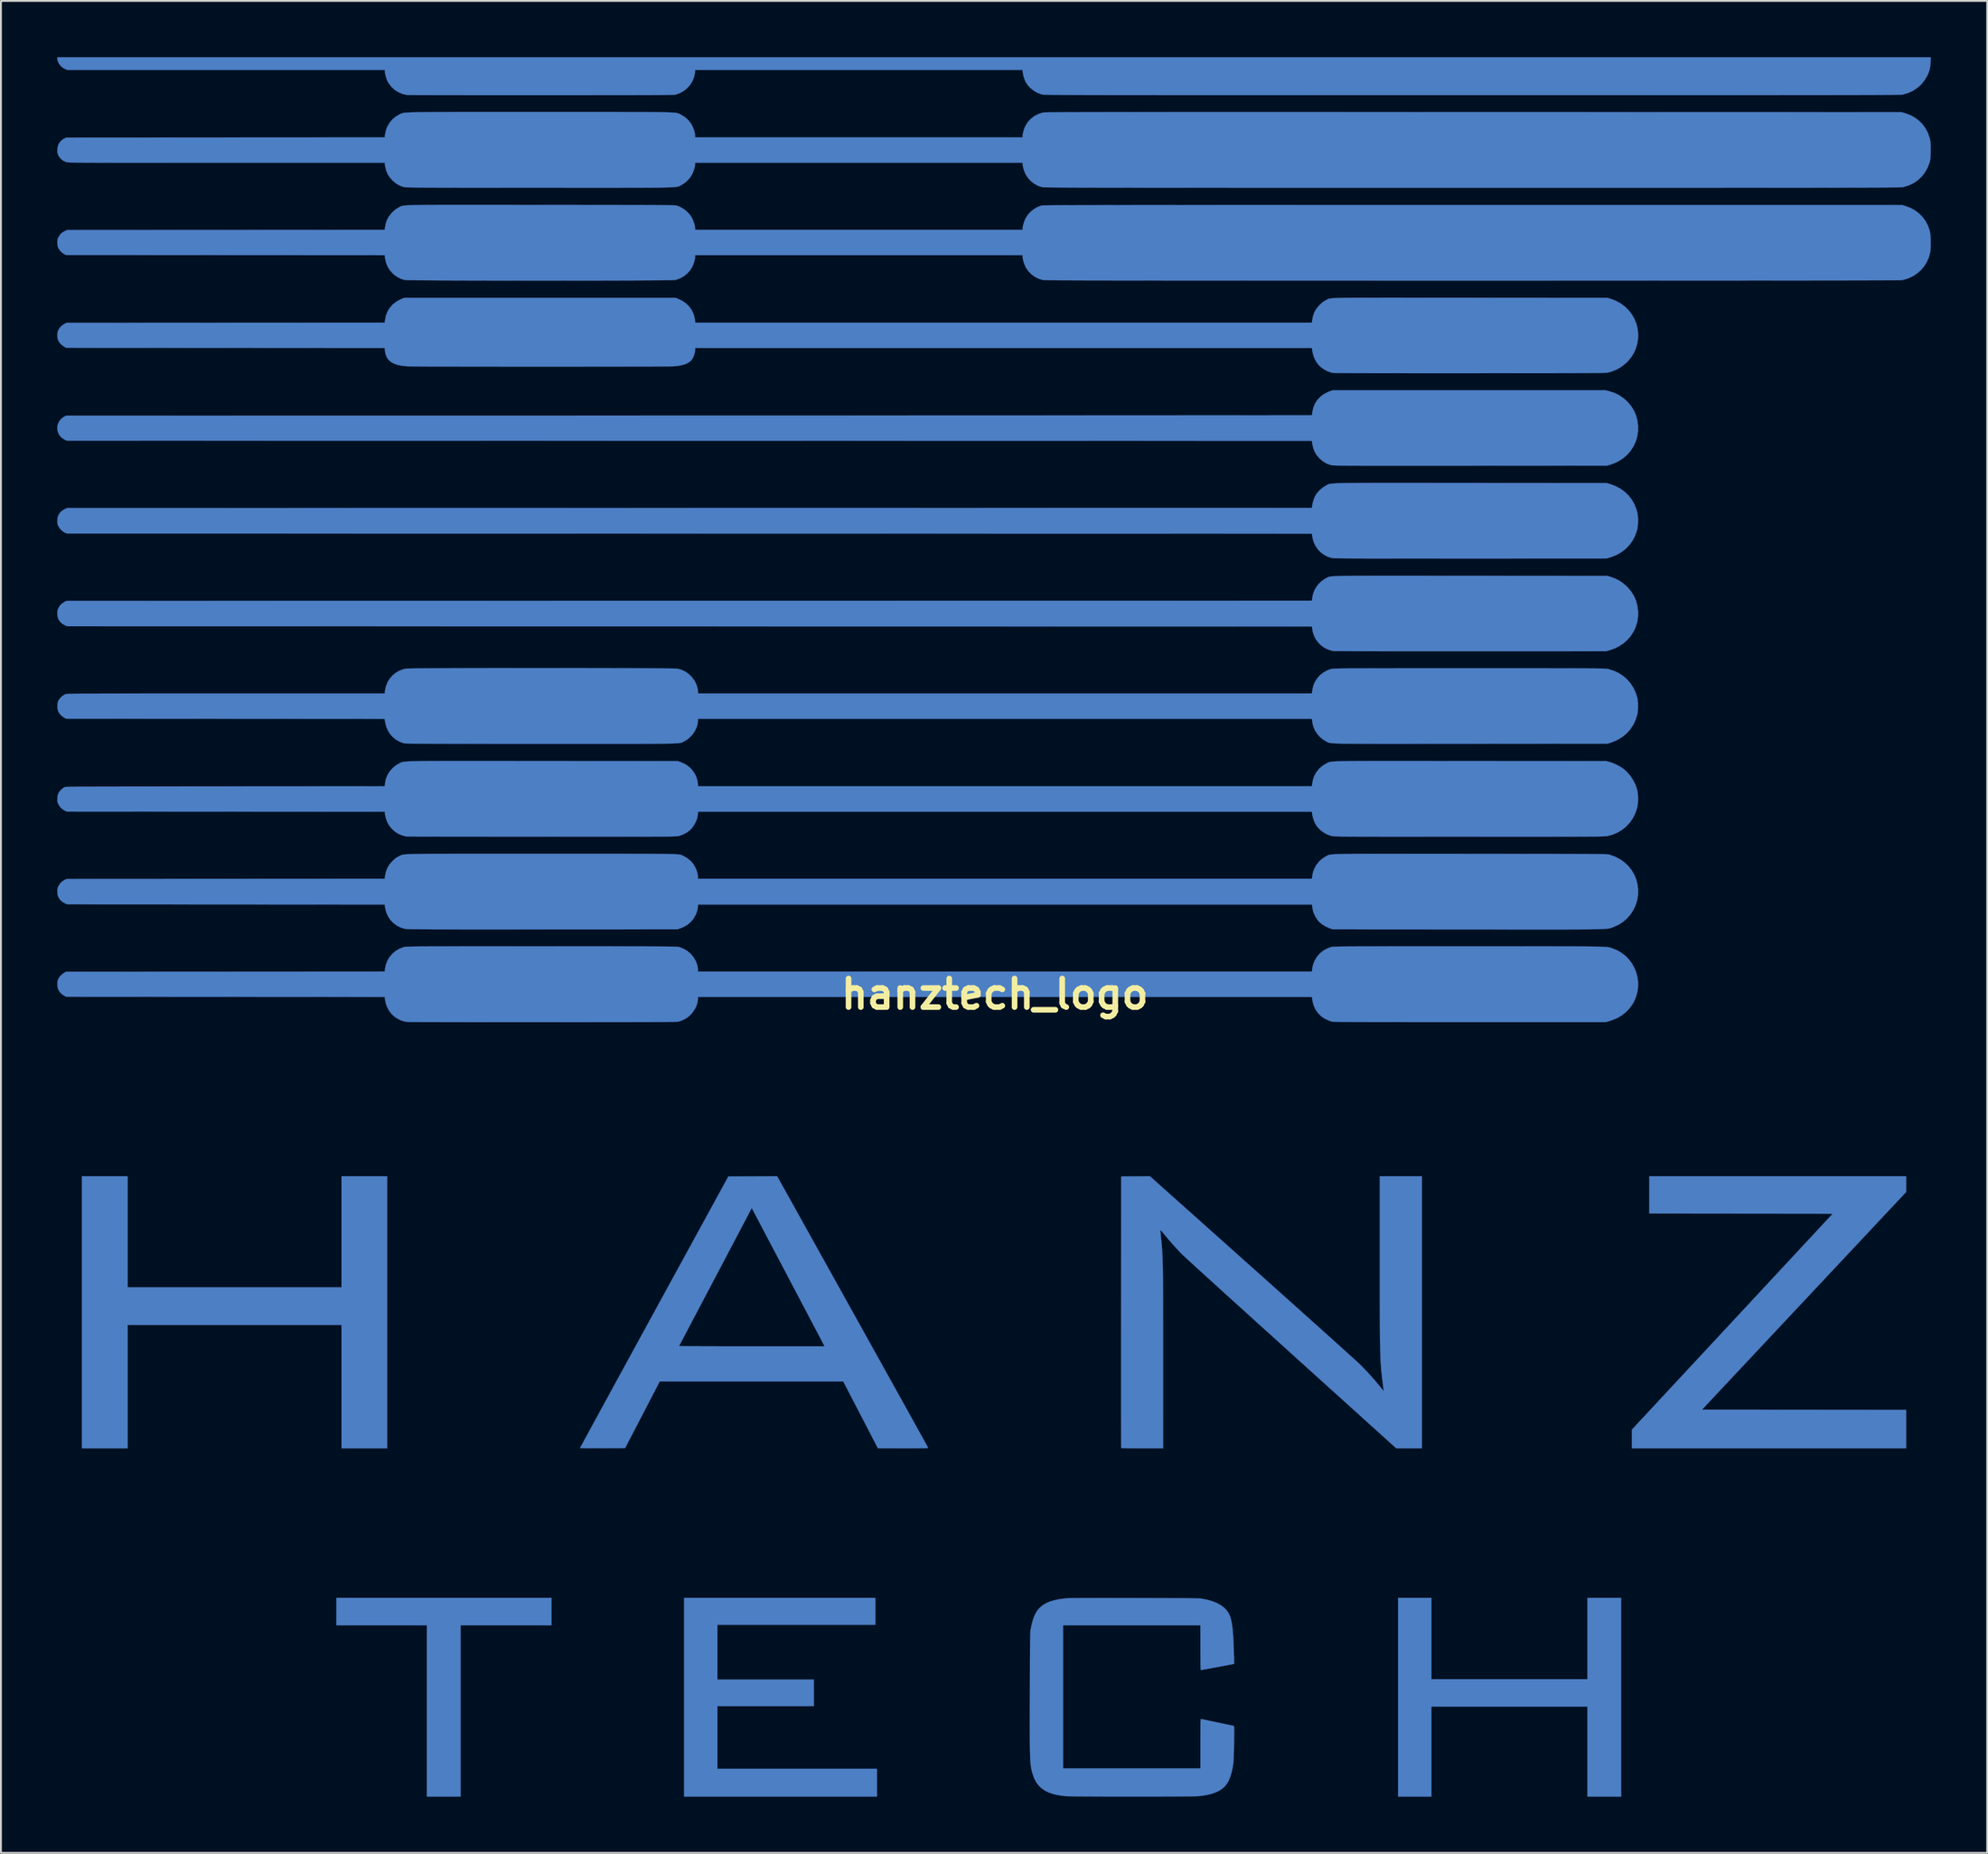
<source format=kicad_pcb>
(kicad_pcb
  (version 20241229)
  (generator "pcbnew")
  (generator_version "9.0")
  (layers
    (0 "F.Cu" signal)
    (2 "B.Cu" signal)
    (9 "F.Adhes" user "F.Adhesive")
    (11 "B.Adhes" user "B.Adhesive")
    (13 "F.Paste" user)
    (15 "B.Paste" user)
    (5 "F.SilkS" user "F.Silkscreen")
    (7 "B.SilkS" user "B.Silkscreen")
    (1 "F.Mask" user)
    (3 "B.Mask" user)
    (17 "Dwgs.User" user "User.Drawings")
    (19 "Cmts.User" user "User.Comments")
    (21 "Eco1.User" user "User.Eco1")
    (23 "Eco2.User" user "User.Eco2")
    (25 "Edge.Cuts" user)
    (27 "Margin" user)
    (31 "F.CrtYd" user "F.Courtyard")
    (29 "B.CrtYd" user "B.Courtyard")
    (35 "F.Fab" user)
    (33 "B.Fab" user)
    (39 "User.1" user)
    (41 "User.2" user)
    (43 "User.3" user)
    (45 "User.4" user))
  (footprint "hanztech_logo"
    (layer "F.Cu")
    (at 50.004 50.001)
    (property "Reference" "hanztech_logo" (at 0 0 0) (layer "F.SilkS") (effects (font (size 1.524 1.524) (thickness 0.3))))
    (attr through_hole)
    (fp_poly (pts (xy -23.643 33.676) (xy -28.49 33.676) (xy -28.49 42.82) (xy -30.29 42.82) (xy -30.29 33.676) (xy -35.115 33.676) (xy -35.115 32.216) (xy -23.643 32.216) (xy -23.643 33.676)) (stroke (width 0.01) (type solid)) (fill yes) (layer "B.Cu"))
    (fp_poly (pts (xy -46.249 15.642) (xy -34.84 15.642) (xy -34.84 9.716) (xy -32.406 9.716) (xy -32.406 24.236) (xy -34.84 24.236) (xy -34.84 17.653) (xy -46.249 17.653) (xy -46.249 24.236) (xy -48.683 24.236) (xy -48.683 9.716) (xy -46.249 9.716) (xy -46.249 15.642)) (stroke (width 0.01) (type solid)) (fill yes) (layer "B.Cu"))
    (fp_poly (pts (xy -6.371 33.655) (xy -14.796 33.655) (xy -14.796 36.576) (xy -9.652 36.576) (xy -9.652 37.994) (xy -14.796 37.994) (xy -14.796 41.339) (xy -6.287 41.339) (xy -6.287 42.82) (xy -16.573 42.82) (xy -16.573 32.216) (xy -6.371 32.216) (xy -6.371 33.655)) (stroke (width 0.01) (type solid)) (fill yes) (layer "B.Cu"))
    (fp_poly (pts (xy 23.283 36.555) (xy 31.602 36.555) (xy 31.602 32.216) (xy 33.401 32.216) (xy 33.401 42.82) (xy 31.602 42.82) (xy 31.602 38.015) (xy 23.283 38.015) (xy 23.283 42.82) (xy 21.505 42.82) (xy 21.505 32.216) (xy 23.283 32.216) (xy 23.283 36.555)) (stroke (width 0.01) (type solid)) (fill yes) (layer "B.Cu"))
    (fp_poly (pts (xy 48.599 10.558) (xy 43.156 16.365) (xy 37.713 22.172) (xy 43.156 22.177) (xy 48.599 22.183) (xy 48.599 24.236) (xy 33.972 24.236) (xy 33.972 23.241) (xy 39.329 17.478) (xy 44.685 11.716) (xy 39.794 11.71) (xy 34.904 11.705) (xy 34.904 9.716) (xy 48.599 9.716) (xy 48.599 10.558)) (stroke (width 0.01) (type solid)) (fill yes) (layer "B.Cu"))
    (fp_poly (pts (xy 21.383 -22.329) (xy 21.813 -22.329) (xy 22.278 -22.328) (xy 22.778 -22.328) (xy 23.314 -22.327) (xy 23.888 -22.327) (xy 24.502 -22.326) (xy 25.156 -22.326) (xy 25.37 -22.326) (xy 32.671 -22.32) (xy 32.828 -22.271) (xy 33.087 -22.176) (xy 33.317 -22.058) (xy 33.527 -21.911) (xy 33.729 -21.729) (xy 33.74 -21.718) (xy 33.929 -21.497) (xy 34.08 -21.258) (xy 34.193 -21.001) (xy 34.267 -20.725) (xy 34.304 -20.435) (xy 34.302 -20.145) (xy 34.26 -19.866) (xy 34.18 -19.6) (xy 34.065 -19.35) (xy 33.917 -19.119) (xy 33.738 -18.909) (xy 33.529 -18.724) (xy 33.293 -18.566) (xy 33.033 -18.438) (xy 32.762 -18.346) (xy 32.586 -18.299) (xy 25.368 -18.296) (xy 24.774 -18.296) (xy 24.196 -18.296) (xy 23.635 -18.296) (xy 23.093 -18.296) (xy 22.571 -18.296) (xy 22.07 -18.296) (xy 21.592 -18.297) (xy 21.139 -18.297) (xy 20.71 -18.298) (xy 20.309 -18.299) (xy 19.935 -18.299) (xy 19.591 -18.3) (xy 19.278 -18.301) (xy 18.997 -18.302) (xy 18.749 -18.304) (xy 18.535 -18.305) (xy 18.358 -18.306) (xy 18.218 -18.308) (xy 18.117 -18.309) (xy 18.056 -18.31) (xy 18.037 -18.312) (xy 17.906 -18.344) (xy 17.76 -18.397) (xy 17.617 -18.464) (xy 17.529 -18.515) (xy 17.368 -18.638) (xy 17.224 -18.791) (xy 17.104 -18.964) (xy 17.013 -19.148) (xy 16.955 -19.336) (xy 16.945 -19.4) (xy 16.934 -19.475) (xy 16.923 -19.542) (xy 16.92 -19.563) (xy 16.909 -19.621) (xy -16.284 -19.627) (xy -49.477 -19.632) (xy -49.594 -19.687) (xy -49.735 -19.768) (xy -49.842 -19.868) (xy -49.922 -19.985) (xy -49.955 -20.053) (xy -49.975 -20.119) (xy -49.986 -20.199) (xy -49.992 -20.28) (xy -49.995 -20.375) (xy -49.991 -20.444) (xy -49.978 -20.502) (xy -49.954 -20.566) (xy -49.942 -20.592) (xy -49.858 -20.732) (xy -49.742 -20.85) (xy -49.604 -20.938) (xy -49.597 -20.941) (xy -49.498 -20.987) (xy -16.294 -20.992) (xy 16.91 -20.997) (xy 16.923 -21.098) (xy 16.947 -21.251) (xy 16.981 -21.381) (xy 17.029 -21.51) (xy 17.065 -21.59) (xy 17.163 -21.756) (xy 17.292 -21.913) (xy 17.442 -22.052) (xy 17.603 -22.163) (xy 17.654 -22.19) (xy 17.679 -22.203) (xy 17.7 -22.214) (xy 17.719 -22.226) (xy 17.737 -22.236) (xy 17.755 -22.246) (xy 17.775 -22.255) (xy 17.799 -22.263) (xy 17.826 -22.271) (xy 17.86 -22.278) (xy 17.901 -22.285) (xy 17.95 -22.291) (xy 18.009 -22.296) (xy 18.08 -22.301) (xy 18.162 -22.306) (xy 18.259 -22.31) (xy 18.371 -22.313) (xy 18.499 -22.316) (xy 18.645 -22.319) (xy 18.811 -22.321) (xy 18.996 -22.323) (xy 19.204 -22.325) (xy 19.435 -22.326) (xy 19.691 -22.327) (xy 19.972 -22.328) (xy 20.28 -22.328) (xy 20.617 -22.329) (xy 20.984 -22.329) (xy 21.383 -22.329)) (stroke (width 0.01) (type solid)) (fill yes) (layer "B.Cu"))
    (fp_poly (pts (xy 21.369 -27.282) (xy 21.798 -27.282) (xy 22.26 -27.282) (xy 22.758 -27.282) (xy 23.292 -27.281) (xy 23.864 -27.28) (xy 24.475 -27.28) (xy 25.127 -27.279) (xy 25.379 -27.279) (xy 32.628 -27.273) (xy 32.798 -27.224) (xy 33.085 -27.12) (xy 33.347 -26.983) (xy 33.582 -26.815) (xy 33.789 -26.617) (xy 33.965 -26.392) (xy 34.109 -26.141) (xy 34.219 -25.866) (xy 34.25 -25.76) (xy 34.281 -25.605) (xy 34.298 -25.424) (xy 34.303 -25.231) (xy 34.294 -25.041) (xy 34.272 -24.867) (xy 34.25 -24.765) (xy 34.153 -24.482) (xy 34.022 -24.222) (xy 33.857 -23.987) (xy 33.661 -23.779) (xy 33.437 -23.6) (xy 33.185 -23.452) (xy 32.907 -23.336) (xy 32.798 -23.301) (xy 32.628 -23.252) (xy 25.368 -23.248) (xy 24.698 -23.248) (xy 24.068 -23.248) (xy 23.478 -23.247) (xy 22.927 -23.247) (xy 22.413 -23.247) (xy 21.935 -23.247) (xy 21.492 -23.247) (xy 21.082 -23.248) (xy 20.705 -23.248) (xy 20.358 -23.248) (xy 20.041 -23.249) (xy 19.752 -23.249) (xy 19.491 -23.25) (xy 19.255 -23.251) (xy 19.044 -23.252) (xy 18.856 -23.253) (xy 18.691 -23.254) (xy 18.546 -23.256) (xy 18.42 -23.257) (xy 18.313 -23.259) (xy 18.223 -23.26) (xy 18.148 -23.262) (xy 18.088 -23.265) (xy 18.041 -23.267) (xy 18.006 -23.269) (xy 17.982 -23.272) (xy 17.971 -23.274) (xy 17.757 -23.341) (xy 17.558 -23.445) (xy 17.378 -23.58) (xy 17.222 -23.743) (xy 17.096 -23.929) (xy 17.003 -24.134) (xy 16.977 -24.215) (xy 16.954 -24.308) (xy 16.934 -24.401) (xy 16.922 -24.473) (xy 16.922 -24.474) (xy 16.91 -24.574) (xy -16.294 -24.58) (xy -49.498 -24.585) (xy -49.597 -24.631) (xy -49.736 -24.717) (xy -49.853 -24.834) (xy -49.939 -24.973) (xy -49.942 -24.98) (xy -49.971 -25.049) (xy -49.988 -25.108) (xy -49.994 -25.171) (xy -49.993 -25.255) (xy -49.992 -25.292) (xy -49.984 -25.393) (xy -49.971 -25.469) (xy -49.948 -25.533) (xy -49.922 -25.587) (xy -49.836 -25.711) (xy -49.727 -25.809) (xy -49.594 -25.885) (xy -49.477 -25.94) (xy -16.284 -25.945) (xy 16.91 -25.95) (xy 16.922 -26.051) (xy 16.95 -26.204) (xy 16.996 -26.366) (xy 17.053 -26.517) (xy 17.097 -26.607) (xy 17.197 -26.754) (xy 17.327 -26.897) (xy 17.476 -27.023) (xy 17.632 -27.122) (xy 17.649 -27.131) (xy 17.675 -27.145) (xy 17.697 -27.158) (xy 17.718 -27.17) (xy 17.737 -27.181) (xy 17.756 -27.192) (xy 17.777 -27.202) (xy 17.801 -27.211) (xy 17.83 -27.219) (xy 17.864 -27.227) (xy 17.905 -27.234) (xy 17.954 -27.241) (xy 18.013 -27.247) (xy 18.083 -27.252) (xy 18.166 -27.257) (xy 18.262 -27.261) (xy 18.373 -27.265) (xy 18.501 -27.269) (xy 18.646 -27.272) (xy 18.811 -27.274) (xy 18.996 -27.276) (xy 19.202 -27.278) (xy 19.432 -27.279) (xy 19.686 -27.281) (xy 19.966 -27.281) (xy 20.273 -27.282) (xy 20.608 -27.282) (xy 20.973 -27.282) (xy 21.369 -27.282)) (stroke (width 0.01) (type solid)) (fill yes) (layer "B.Cu"))
    (fp_poly (pts (xy 32.752 -32.178) (xy 33.032 -32.089) (xy 33.285 -31.967) (xy 33.518 -31.81) (xy 33.734 -31.616) (xy 33.754 -31.596) (xy 33.94 -31.374) (xy 34.087 -31.136) (xy 34.197 -30.88) (xy 34.269 -30.604) (xy 34.304 -30.32) (xy 34.301 -30.032) (xy 34.259 -29.754) (xy 34.179 -29.489) (xy 34.064 -29.239) (xy 33.916 -29.008) (xy 33.736 -28.798) (xy 33.528 -28.613) (xy 33.293 -28.456) (xy 33.033 -28.329) (xy 32.816 -28.253) (xy 32.65 -28.205) (xy 25.358 -28.2) (xy 24.698 -28.2) (xy 24.079 -28.2) (xy 23.5 -28.199) (xy 22.959 -28.199) (xy 22.455 -28.199) (xy 21.987 -28.199) (xy 21.553 -28.199) (xy 21.152 -28.199) (xy 20.782 -28.199) (xy 20.443 -28.199) (xy 20.132 -28.199) (xy 19.849 -28.2) (xy 19.593 -28.2) (xy 19.361 -28.201) (xy 19.152 -28.201) (xy 18.966 -28.202) (xy 18.801 -28.203) (xy 18.655 -28.204) (xy 18.527 -28.206) (xy 18.416 -28.207) (xy 18.32 -28.209) (xy 18.239 -28.211) (xy 18.17 -28.213) (xy 18.113 -28.215) (xy 18.065 -28.217) (xy 18.027 -28.219) (xy 17.996 -28.222) (xy 17.97 -28.225) (xy 17.95 -28.228) (xy 17.932 -28.232) (xy 17.917 -28.235) (xy 17.909 -28.237) (xy 17.712 -28.307) (xy 17.529 -28.412) (xy 17.354 -28.554) (xy 17.312 -28.594) (xy 17.172 -28.756) (xy 17.064 -28.931) (xy 16.986 -29.127) (xy 16.934 -29.349) (xy 16.923 -29.427) (xy 16.91 -29.527) (xy -16.294 -29.533) (xy -49.498 -29.538) (xy -49.596 -29.583) (xy -49.736 -29.67) (xy -49.854 -29.788) (xy -49.935 -29.919) (xy -49.987 -30.074) (xy -49.999 -30.232) (xy -49.975 -30.387) (xy -49.917 -30.533) (xy -49.827 -30.663) (xy -49.708 -30.77) (xy -49.62 -30.822) (xy -49.519 -30.872) (xy -16.304 -30.877) (xy -15.118 -30.877) (xy -13.942 -30.877) (xy -12.777 -30.878) (xy -11.624 -30.878) (xy -10.482 -30.878) (xy -9.354 -30.878) (xy -8.24 -30.878) (xy -7.14 -30.879) (xy -6.055 -30.879) (xy -4.986 -30.879) (xy -3.933 -30.88) (xy -2.898 -30.88) (xy -1.881 -30.88) (xy -0.882 -30.88) (xy 0.097 -30.881) (xy 1.056 -30.881) (xy 1.994 -30.881) (xy 2.91 -30.882) (xy 3.805 -30.882) (xy 4.676 -30.882) (xy 5.523 -30.883) (xy 6.346 -30.883) (xy 7.144 -30.883) (xy 7.917 -30.884) (xy 8.662 -30.884) (xy 9.38 -30.884) (xy 10.071 -30.885) (xy 10.732 -30.885) (xy 11.364 -30.885) (xy 11.966 -30.886) (xy 12.537 -30.886) (xy 13.077 -30.886) (xy 13.584 -30.887) (xy 14.058 -30.887) (xy 14.498 -30.887) (xy 14.904 -30.888) (xy 15.275 -30.888) (xy 15.61 -30.889) (xy 15.908 -30.889) (xy 16.169 -30.889) (xy 16.392 -30.89) (xy 16.577 -30.89) (xy 16.722 -30.89) (xy 16.826 -30.891) (xy 16.89 -30.891) (xy 16.912 -30.891) (xy 16.912 -30.891) (xy 16.915 -30.915) (xy 16.922 -30.97) (xy 16.932 -31.045) (xy 16.935 -31.065) (xy 16.988 -31.3) (xy 17.077 -31.516) (xy 17.201 -31.709) (xy 17.358 -31.877) (xy 17.546 -32.019) (xy 17.763 -32.131) (xy 17.854 -32.166) (xy 18.023 -32.226) (xy 32.565 -32.226) (xy 32.752 -32.178)) (stroke (width 0.01) (type solid)) (fill yes) (layer "B.Cu"))
    (fp_poly (pts (xy -7.588 16.945) (xy -7.301 17.46) (xy -7.02 17.966) (xy -6.745 18.461) (xy -6.476 18.945) (xy -6.214 19.415) (xy -5.961 19.871) (xy -5.716 20.312) (xy -5.481 20.735) (xy -5.256 21.14) (xy -5.042 21.526) (xy -4.839 21.892) (xy -4.648 22.235) (xy -4.471 22.555) (xy -4.307 22.851) (xy -4.157 23.121) (xy -4.023 23.364) (xy -3.904 23.579) (xy -3.801 23.764) (xy -3.716 23.919) (xy -3.648 24.042) (xy -3.599 24.131) (xy -3.57 24.186) (xy -3.56 24.205) (xy -3.563 24.211) (xy -3.576 24.217) (xy -3.603 24.221) (xy -3.647 24.225) (xy -3.71 24.228) (xy -3.796 24.23) (xy -3.907 24.232) (xy -4.046 24.234) (xy -4.216 24.234) (xy -4.42 24.235) (xy -4.661 24.235) (xy -4.893 24.235) (xy -6.234 24.234) (xy -7.158 22.452) (xy -8.082 20.669) (xy -17.871 20.669) (xy -19.719 24.225) (xy -20.919 24.231) (xy -21.14 24.231) (xy -21.348 24.231) (xy -21.539 24.231) (xy -21.709 24.23) (xy -21.855 24.228) (xy -21.972 24.226) (xy -22.058 24.224) (xy -22.108 24.221) (xy -22.119 24.218) (xy -22.109 24.199) (xy -22.079 24.143) (xy -22.031 24.053) (xy -21.964 23.93) (xy -21.88 23.774) (xy -21.778 23.588) (xy -21.661 23.372) (xy -21.528 23.127) (xy -21.38 22.856) (xy -21.218 22.559) (xy -21.043 22.237) (xy -20.855 21.893) (xy -20.655 21.526) (xy -20.444 21.138) (xy -20.222 20.731) (xy -19.99 20.306) (xy -19.748 19.864) (xy -19.498 19.406) (xy -19.241 18.934) (xy -19.156 18.78) (xy -16.842 18.78) (xy -16.822 18.782) (xy -16.762 18.783) (xy -16.664 18.785) (xy -16.529 18.786) (xy -16.361 18.788) (xy -16.161 18.789) (xy -15.931 18.79) (xy -15.673 18.791) (xy -15.389 18.793) (xy -15.082 18.793) (xy -14.754 18.794) (xy -14.406 18.795) (xy -14.041 18.795) (xy -13.66 18.796) (xy -13.267 18.796) (xy -12.965 18.796) (xy -9.079 18.796) (xy -9.191 18.579) (xy -9.212 18.537) (xy -9.252 18.461) (xy -9.31 18.351) (xy -9.384 18.209) (xy -9.474 18.038) (xy -9.579 17.839) (xy -9.696 17.615) (xy -9.827 17.368) (xy -9.968 17.099) (xy -10.12 16.81) (xy -10.281 16.505) (xy -10.45 16.183) (xy -10.626 15.848) (xy -10.809 15.502) (xy -10.996 15.146) (xy -11.133 14.885) (xy -12.964 11.41) (xy -13.004 11.489) (xy -13.018 11.515) (xy -13.05 11.576) (xy -13.099 11.669) (xy -13.164 11.794) (xy -13.244 11.946) (xy -13.338 12.125) (xy -13.445 12.328) (xy -13.563 12.552) (xy -13.691 12.796) (xy -13.829 13.057) (xy -13.974 13.333) (xy -14.126 13.622) (xy -14.284 13.922) (xy -14.446 14.23) (xy -14.611 14.544) (xy -14.779 14.863) (xy -14.948 15.183) (xy -15.116 15.503) (xy -15.283 15.821) (xy -15.448 16.134) (xy -15.609 16.44) (xy -15.765 16.736) (xy -15.915 17.022) (xy -16.058 17.293) (xy -16.193 17.549) (xy -16.318 17.787) (xy -16.433 18.005) (xy -16.536 18.201) (xy -16.626 18.371) (xy -16.702 18.516) (xy -16.763 18.631) (xy -16.807 18.715) (xy -16.834 18.765) (xy -16.842 18.78) (xy -19.156 18.78) (xy -18.976 18.449) (xy -18.704 17.952) (xy -18.427 17.444) (xy -18.164 16.963) (xy -14.209 9.726) (xy -12.909 9.721) (xy -11.609 9.715) (xy -7.588 16.945)) (stroke (width 0.01) (type solid)) (fill yes) (layer "B.Cu"))
    (fp_poly (pts (xy 13.696 14.564) (xy 14.112 14.936) (xy 14.522 15.303) (xy 14.924 15.662) (xy 15.318 16.014) (xy 15.701 16.358) (xy 16.073 16.691) (xy 16.432 17.013) (xy 16.778 17.324) (xy 17.109 17.621) (xy 17.424 17.903) (xy 17.721 18.17) (xy 17.999 18.421) (xy 18.257 18.653) (xy 18.495 18.867) (xy 18.709 19.061) (xy 18.9 19.234) (xy 19.067 19.385) (xy 19.207 19.512) (xy 19.319 19.615) (xy 19.403 19.693) (xy 19.457 19.744) (xy 19.47 19.756) (xy 19.668 19.956) (xy 19.872 20.171) (xy 20.073 20.391) (xy 20.265 20.609) (xy 20.439 20.815) (xy 20.564 20.969) (xy 20.627 21.049) (xy 20.68 21.115) (xy 20.718 21.161) (xy 20.736 21.18) (xy 20.737 21.18) (xy 20.736 21.159) (xy 20.73 21.102) (xy 20.72 21.016) (xy 20.707 20.908) (xy 20.692 20.784) (xy 20.691 20.774) (xy 20.674 20.639) (xy 20.658 20.511) (xy 20.644 20.388) (xy 20.63 20.269) (xy 20.618 20.151) (xy 20.607 20.032) (xy 20.597 19.912) (xy 20.588 19.786) (xy 20.579 19.655) (xy 20.572 19.515) (xy 20.565 19.365) (xy 20.56 19.203) (xy 20.554 19.027) (xy 20.55 18.835) (xy 20.546 18.625) (xy 20.543 18.395) (xy 20.54 18.144) (xy 20.538 17.868) (xy 20.536 17.567) (xy 20.535 17.238) (xy 20.534 16.879) (xy 20.533 16.489) (xy 20.532 16.066) (xy 20.532 15.607) (xy 20.532 15.11) (xy 20.532 14.575) (xy 20.532 14.261) (xy 20.532 9.716) (xy 22.775 9.716) (xy 22.775 24.236) (xy 21.409 24.236) (xy 15.8 19.166) (xy 15.38 18.786) (xy 14.966 18.411) (xy 14.56 18.044) (xy 14.163 17.685) (xy 13.777 17.335) (xy 13.402 16.995) (xy 13.04 16.667) (xy 12.691 16.351) (xy 12.358 16.049) (xy 12.041 15.761) (xy 11.742 15.489) (xy 11.461 15.233) (xy 11.199 14.995) (xy 10.959 14.777) (xy 10.741 14.578) (xy 10.547 14.4) (xy 10.377 14.244) (xy 10.232 14.112) (xy 10.115 14.003) (xy 10.025 13.92) (xy 9.965 13.863) (xy 9.938 13.837) (xy 9.836 13.73) (xy 9.714 13.598) (xy 9.579 13.448) (xy 9.437 13.288) (xy 9.295 13.124) (xy 9.159 12.965) (xy 9.035 12.818) (xy 8.943 12.705) (xy 8.893 12.647) (xy 8.854 12.607) (xy 8.832 12.593) (xy 8.83 12.594) (xy 8.83 12.622) (xy 8.833 12.683) (xy 8.841 12.771) (xy 8.851 12.877) (xy 8.856 12.927) (xy 8.868 13.048) (xy 8.88 13.163) (xy 8.89 13.274) (xy 8.9 13.382) (xy 8.909 13.491) (xy 8.918 13.602) (xy 8.925 13.716) (xy 8.932 13.835) (xy 8.938 13.962) (xy 8.944 14.098) (xy 8.949 14.246) (xy 8.953 14.406) (xy 8.957 14.581) (xy 8.96 14.773) (xy 8.963 14.984) (xy 8.966 15.215) (xy 8.968 15.469) (xy 8.97 15.747) (xy 8.971 16.051) (xy 8.972 16.383) (xy 8.973 16.744) (xy 8.973 17.138) (xy 8.974 17.565) (xy 8.974 18.028) (xy 8.974 18.529) (xy 8.974 19.068) (xy 8.974 19.426) (xy 8.975 24.236) (xy 7.863 24.236) (xy 7.606 24.236) (xy 7.389 24.235) (xy 7.209 24.234) (xy 7.063 24.232) (xy 6.948 24.23) (xy 6.861 24.226) (xy 6.8 24.223) (xy 6.762 24.218) (xy 6.743 24.212) (xy 6.741 24.209) (xy 6.74 24.186) (xy 6.739 24.123) (xy 6.739 24.02) (xy 6.738 23.879) (xy 6.738 23.702) (xy 6.737 23.491) (xy 6.737 23.246) (xy 6.736 22.97) (xy 6.736 22.664) (xy 6.735 22.329) (xy 6.735 21.968) (xy 6.735 21.581) (xy 6.735 21.17) (xy 6.735 20.737) (xy 6.735 20.283) (xy 6.735 19.81) (xy 6.735 19.319) (xy 6.735 18.813) (xy 6.735 18.291) (xy 6.736 17.757) (xy 6.736 17.211) (xy 6.736 16.954) (xy 6.742 9.726) (xy 7.505 9.721) (xy 8.269 9.715) (xy 13.696 14.564)) (stroke (width 0.01) (type solid)) (fill yes) (layer "B.Cu"))
    (fp_poly (pts (xy 49.905 -49.736) (xy 49.888 -49.529) (xy 49.854 -49.347) (xy 49.801 -49.178) (xy 49.728 -49.015) (xy 49.582 -48.768) (xy 49.407 -48.551) (xy 49.204 -48.366) (xy 48.974 -48.213) (xy 48.719 -48.094) (xy 48.45 -48.012) (xy 48.441 -48.01) (xy 48.429 -48.008) (xy 48.414 -48.006) (xy 48.394 -48.004) (xy 48.37 -48.003) (xy 48.34 -48.001) (xy 48.304 -48) (xy 48.261 -47.998) (xy 48.21 -47.997) (xy 48.15 -47.995) (xy 48.081 -47.994) (xy 48.003 -47.993) (xy 47.913 -47.991) (xy 47.811 -47.99) (xy 47.698 -47.989) (xy 47.571 -47.988) (xy 47.431 -47.987) (xy 47.276 -47.986) (xy 47.106 -47.985) (xy 46.919 -47.984) (xy 46.716 -47.984) (xy 46.496 -47.983) (xy 46.257 -47.982) (xy 45.999 -47.981) (xy 45.722 -47.981) (xy 45.423 -47.98) (xy 45.104 -47.98) (xy 44.763 -47.979) (xy 44.398 -47.979) (xy 44.011 -47.978) (xy 43.599 -47.978) (xy 43.162 -47.977) (xy 42.699 -47.977) (xy 42.21 -47.977) (xy 41.694 -47.976) (xy 41.149 -47.976) (xy 40.576 -47.976) (xy 39.974 -47.976) (xy 39.341 -47.975) (xy 38.677 -47.975) (xy 37.982 -47.975) (xy 37.254 -47.975) (xy 36.493 -47.975) (xy 35.698 -47.975) (xy 34.868 -47.975) (xy 34.003 -47.974) (xy 33.101 -47.974) (xy 32.163 -47.974) (xy 31.187 -47.974) (xy 30.172 -47.974) (xy 29.118 -47.974) (xy 28.025 -47.974) (xy 26.89 -47.974) (xy 25.714 -47.974) (xy 25.463 -47.974) (xy 24.28 -47.974) (xy 23.137 -47.974) (xy 22.036 -47.974) (xy 20.974 -47.974) (xy 19.952 -47.974) (xy 18.969 -47.974) (xy 18.023 -47.974) (xy 17.115 -47.974) (xy 16.243 -47.975) (xy 15.406 -47.975) (xy 14.605 -47.975) (xy 13.837 -47.975) (xy 13.103 -47.975) (xy 12.401 -47.975) (xy 11.731 -47.975) (xy 11.093 -47.975) (xy 10.485 -47.976) (xy 9.906 -47.976) (xy 9.356 -47.976) (xy 8.835 -47.976) (xy 8.341 -47.977) (xy 7.873 -47.977) (xy 7.432 -47.978) (xy 7.015 -47.978) (xy 6.623 -47.978) (xy 6.254 -47.979) (xy 5.909 -47.979) (xy 5.586 -47.98) (xy 5.284 -47.98) (xy 5.002 -47.981) (xy 4.741 -47.982) (xy 4.499 -47.983) (xy 4.275 -47.983) (xy 4.069 -47.984) (xy 3.879 -47.985) (xy 3.706 -47.986) (xy 3.549 -47.987) (xy 3.406 -47.988) (xy 3.277 -47.989) (xy 3.161 -47.99) (xy 3.058 -47.991) (xy 2.966 -47.992) (xy 2.885 -47.993) (xy 2.815 -47.995) (xy 2.754 -47.996) (xy 2.701 -47.997) (xy 2.657 -47.999) (xy 2.62 -48.001) (xy 2.589 -48.002) (xy 2.564 -48.004) (xy 2.544 -48.006) (xy 2.528 -48.007) (xy 2.515 -48.009) (xy 2.506 -48.011) (xy 2.499 -48.013) (xy 2.283 -48.094) (xy 2.082 -48.207) (xy 1.903 -48.349) (xy 1.752 -48.514) (xy 1.634 -48.696) (xy 1.63 -48.704) (xy 1.587 -48.806) (xy 1.546 -48.932) (xy 1.512 -49.065) (xy 1.491 -49.185) (xy 1.491 -49.189) (xy 1.476 -49.318) (xy -15.975 -49.318) (xy -15.99 -49.188) (xy -16.037 -48.953) (xy -16.122 -48.734) (xy -16.241 -48.536) (xy -16.392 -48.361) (xy -16.572 -48.212) (xy -16.779 -48.093) (xy -16.986 -48.014) (xy -16.999 -48.01) (xy -17.015 -48.007) (xy -17.034 -48.004) (xy -17.059 -48.001) (xy -17.09 -47.998) (xy -17.129 -47.996) (xy -17.178 -47.993) (xy -17.237 -47.991) (xy -17.309 -47.989) (xy -17.394 -47.987) (xy -17.493 -47.986) (xy -17.609 -47.984) (xy -17.743 -47.983) (xy -17.895 -47.981) (xy -18.068 -47.98) (xy -18.262 -47.979) (xy -18.479 -47.978) (xy -18.72 -47.977) (xy -18.987 -47.977) (xy -19.281 -47.976) (xy -19.604 -47.975) (xy -19.956 -47.975) (xy -20.34 -47.974) (xy -20.756 -47.974) (xy -21.205 -47.974) (xy -21.69 -47.973) (xy -22.212 -47.973) (xy -22.771 -47.973) (xy -23.37 -47.972) (xy -24.009 -47.972) (xy -24.172 -47.972) (xy -24.718 -47.972) (xy -25.253 -47.972) (xy -25.776 -47.972) (xy -26.285 -47.972) (xy -26.78 -47.972) (xy -27.258 -47.972) (xy -27.717 -47.973) (xy -28.157 -47.973) (xy -28.575 -47.974) (xy -28.97 -47.974) (xy -29.341 -47.975) (xy -29.685 -47.975) (xy -30.002 -47.976) (xy -30.289 -47.977) (xy -30.546 -47.978) (xy -30.77 -47.979) (xy -30.959 -47.98) (xy -31.114 -47.981) (xy -31.23 -47.982) (xy -31.308 -47.983) (xy -31.346 -47.984) (xy -31.348 -47.985) (xy -31.585 -48.037) (xy -31.803 -48.127) (xy -32.001 -48.253) (xy -32.175 -48.414) (xy -32.326 -48.609) (xy -32.359 -48.662) (xy -32.402 -48.75) (xy -32.444 -48.864) (xy -32.483 -48.99) (xy -32.511 -49.111) (xy -32.523 -49.186) (xy -32.537 -49.318) (xy -49.444 -49.318) (xy -49.566 -49.363) (xy -49.69 -49.427) (xy -49.801 -49.519) (xy -49.893 -49.631) (xy -49.959 -49.754) (xy -49.993 -49.879) (xy -49.996 -49.925) (xy -49.996 -49.996) (xy 49.917 -49.996) (xy 49.905 -49.736)) (stroke (width 0.01) (type solid)) (fill yes) (layer "B.Cu"))
    (fp_poly (pts (xy 21.382 -37.167) (xy 21.813 -37.166) (xy 22.277 -37.166) (xy 22.777 -37.166) (xy 23.313 -37.165) (xy 23.887 -37.165) (xy 24.501 -37.164) (xy 25.155 -37.164) (xy 25.369 -37.164) (xy 32.671 -37.158) (xy 32.861 -37.099) (xy 33.135 -36.992) (xy 33.384 -36.854) (xy 33.607 -36.687) (xy 33.802 -36.494) (xy 33.969 -36.279) (xy 34.104 -36.044) (xy 34.207 -35.794) (xy 34.275 -35.531) (xy 34.307 -35.258) (xy 34.302 -34.98) (xy 34.258 -34.699) (xy 34.198 -34.491) (xy 34.091 -34.237) (xy 33.949 -34.003) (xy 33.769 -33.784) (xy 33.666 -33.681) (xy 33.44 -33.497) (xy 33.189 -33.346) (xy 32.918 -33.232) (xy 32.724 -33.176) (xy 32.708 -33.172) (xy 32.689 -33.169) (xy 32.667 -33.166) (xy 32.639 -33.163) (xy 32.605 -33.16) (xy 32.563 -33.158) (xy 32.511 -33.156) (xy 32.449 -33.154) (xy 32.374 -33.152) (xy 32.286 -33.15) (xy 32.184 -33.148) (xy 32.065 -33.147) (xy 31.929 -33.145) (xy 31.773 -33.144) (xy 31.598 -33.143) (xy 31.401 -33.142) (xy 31.181 -33.141) (xy 30.937 -33.14) (xy 30.668 -33.139) (xy 30.371 -33.138) (xy 30.046 -33.138) (xy 29.692 -33.137) (xy 29.306 -33.137) (xy 28.888 -33.136) (xy 28.437 -33.136) (xy 27.95 -33.136) (xy 27.427 -33.135) (xy 26.866 -33.135) (xy 26.266 -33.135) (xy 25.626 -33.134) (xy 25.379 -33.134) (xy 24.816 -33.134) (xy 24.265 -33.134) (xy 23.728 -33.134) (xy 23.205 -33.134) (xy 22.699 -33.134) (xy 22.211 -33.134) (xy 21.742 -33.135) (xy 21.295 -33.135) (xy 20.869 -33.136) (xy 20.468 -33.137) (xy 20.092 -33.137) (xy 19.744 -33.138) (xy 19.423 -33.139) (xy 19.133 -33.14) (xy 18.875 -33.141) (xy 18.649 -33.142) (xy 18.458 -33.144) (xy 18.303 -33.145) (xy 18.185 -33.146) (xy 18.107 -33.148) (xy 18.069 -33.149) (xy 18.067 -33.149) (xy 17.963 -33.167) (xy 17.874 -33.191) (xy 17.784 -33.225) (xy 17.678 -33.274) (xy 17.626 -33.3) (xy 17.432 -33.423) (xy 17.267 -33.576) (xy 17.132 -33.758) (xy 17.027 -33.969) (xy 16.954 -34.205) (xy 16.923 -34.38) (xy 16.91 -34.48) (xy -15.981 -34.48) (xy -15.981 -34.41) (xy -15.995 -34.261) (xy -16.034 -34.109) (xy -16.093 -33.968) (xy -16.168 -33.848) (xy -16.232 -33.778) (xy -16.36 -33.687) (xy -16.519 -33.615) (xy -16.711 -33.56) (xy -16.938 -33.522) (xy -17.103 -33.507) (xy -17.149 -33.505) (xy -17.236 -33.503) (xy -17.362 -33.501) (xy -17.524 -33.5) (xy -17.72 -33.498) (xy -17.949 -33.497) (xy -18.209 -33.496) (xy -18.497 -33.494) (xy -18.811 -33.493) (xy -19.151 -33.492) (xy -19.513 -33.491) (xy -19.896 -33.49) (xy -20.297 -33.49) (xy -20.716 -33.489) (xy -21.149 -33.488) (xy -21.596 -33.488) (xy -22.053 -33.487) (xy -22.519 -33.487) (xy -22.992 -33.487) (xy -23.471 -33.486) (xy -23.952 -33.486) (xy -24.435 -33.486) (xy -24.917 -33.486) (xy -25.396 -33.487) (xy -25.87 -33.487) (xy -26.338 -33.487) (xy -26.797 -33.488) (xy -27.245 -33.488) (xy -27.681 -33.489) (xy -28.102 -33.489) (xy -28.507 -33.49) (xy -28.894 -33.491) (xy -29.26 -33.492) (xy -29.603 -33.493) (xy -29.922 -33.494) (xy -30.215 -33.495) (xy -30.48 -33.497) (xy -30.715 -33.498) (xy -30.917 -33.499) (xy -31.085 -33.501) (xy -31.217 -33.503) (xy -31.312 -33.504) (xy -31.366 -33.506) (xy -31.371 -33.506) (xy -31.635 -33.536) (xy -31.862 -33.584) (xy -32.053 -33.652) (xy -32.21 -33.741) (xy -32.334 -33.851) (xy -32.426 -33.984) (xy -32.489 -34.14) (xy -32.523 -34.321) (xy -32.524 -34.329) (xy -32.539 -34.48) (xy -41.029 -34.486) (xy -49.519 -34.491) (xy -49.628 -34.548) (xy -49.729 -34.617) (xy -49.826 -34.708) (xy -49.906 -34.81) (xy -49.959 -34.91) (xy -49.962 -34.918) (xy -49.988 -35.038) (xy -49.994 -35.175) (xy -49.982 -35.31) (xy -49.959 -35.399) (xy -49.898 -35.516) (xy -49.806 -35.628) (xy -49.695 -35.721) (xy -49.619 -35.765) (xy -49.498 -35.825) (xy -41.017 -35.83) (xy -32.536 -35.835) (xy -32.522 -35.957) (xy -32.475 -36.197) (xy -32.391 -36.418) (xy -32.272 -36.617) (xy -32.119 -36.793) (xy -31.935 -36.942) (xy -31.721 -37.063) (xy -31.628 -37.103) (xy -31.485 -37.158) (xy -17.029 -37.158) (xy -16.886 -37.103) (xy -16.661 -36.994) (xy -16.464 -36.856) (xy -16.298 -36.692) (xy -16.165 -36.503) (xy -16.066 -36.292) (xy -16.004 -36.061) (xy -15.99 -35.964) (xy -15.975 -35.835) (xy 16.91 -35.835) (xy 16.922 -35.936) (xy 16.963 -36.158) (xy 17.026 -36.35) (xy 17.116 -36.523) (xy 17.237 -36.685) (xy 17.324 -36.779) (xy 17.427 -36.877) (xy 17.518 -36.949) (xy 17.611 -37.006) (xy 17.653 -37.028) (xy 17.678 -37.04) (xy 17.699 -37.052) (xy 17.718 -37.063) (xy 17.736 -37.074) (xy 17.755 -37.084) (xy 17.775 -37.093) (xy 17.798 -37.101) (xy 17.826 -37.109) (xy 17.86 -37.116) (xy 17.901 -37.123) (xy 17.95 -37.129) (xy 18.009 -37.134) (xy 18.08 -37.139) (xy 18.162 -37.143) (xy 18.259 -37.147) (xy 18.371 -37.151) (xy 18.499 -37.154) (xy 18.645 -37.157) (xy 18.811 -37.159) (xy 18.996 -37.161) (xy 19.204 -37.163) (xy 19.435 -37.164) (xy 19.69 -37.165) (xy 19.972 -37.166) (xy 20.28 -37.166) (xy 20.617 -37.166) (xy 20.984 -37.167) (xy 21.382 -37.167)) (stroke (width 0.01) (type solid)) (fill yes) (layer "B.Cu"))
    (fp_poly (pts (xy 6.079 32.219) (xy 6.511 32.22) (xy 6.984 32.22) (xy 7.498 32.222) (xy 7.504 32.222) (xy 7.95 32.223) (xy 8.356 32.224) (xy 8.724 32.225) (xy 9.055 32.226) (xy 9.352 32.227) (xy 9.618 32.228) (xy 9.852 32.23) (xy 10.059 32.231) (xy 10.24 32.233) (xy 10.397 32.235) (xy 10.531 32.237) (xy 10.646 32.239) (xy 10.742 32.242) (xy 10.823 32.244) (xy 10.889 32.247) (xy 10.944 32.251) (xy 10.989 32.254) (xy 11.026 32.259) (xy 11.057 32.263) (xy 11.068 32.265) (xy 11.362 32.326) (xy 11.619 32.401) (xy 11.843 32.491) (xy 12.037 32.597) (xy 12.205 32.722) (xy 12.292 32.803) (xy 12.366 32.885) (xy 12.431 32.973) (xy 12.488 33.07) (xy 12.537 33.18) (xy 12.58 33.306) (xy 12.616 33.45) (xy 12.647 33.617) (xy 12.673 33.809) (xy 12.694 34.03) (xy 12.712 34.282) (xy 12.727 34.569) (xy 12.74 34.894) (xy 12.744 35.017) (xy 12.749 35.186) (xy 12.754 35.342) (xy 12.757 35.479) (xy 12.759 35.592) (xy 12.761 35.676) (xy 12.761 35.726) (xy 12.76 35.739) (xy 12.738 35.744) (xy 12.68 35.756) (xy 12.591 35.773) (xy 12.476 35.795) (xy 12.34 35.821) (xy 12.189 35.85) (xy 12.028 35.88) (xy 11.862 35.911) (xy 11.696 35.941) (xy 11.536 35.971) (xy 11.387 35.998) (xy 11.254 36.022) (xy 11.143 36.042) (xy 11.058 36.057) (xy 11.005 36.066) (xy 10.989 36.068) (xy 10.984 36.058) (xy 10.979 36.025) (xy 10.975 35.968) (xy 10.972 35.883) (xy 10.969 35.769) (xy 10.967 35.623) (xy 10.966 35.443) (xy 10.965 35.226) (xy 10.964 34.971) (xy 10.964 34.872) (xy 10.964 33.676) (xy 3.641 33.676) (xy 3.641 41.317) (xy 10.964 41.317) (xy 10.964 39.993) (xy 10.964 39.723) (xy 10.965 39.493) (xy 10.965 39.299) (xy 10.966 39.138) (xy 10.967 39.007) (xy 10.969 38.903) (xy 10.971 38.823) (xy 10.974 38.765) (xy 10.978 38.724) (xy 10.982 38.698) (xy 10.988 38.684) (xy 10.994 38.679) (xy 11.001 38.68) (xy 11.03 38.686) (xy 11.095 38.7) (xy 11.192 38.721) (xy 11.317 38.748) (xy 11.464 38.779) (xy 11.63 38.813) (xy 11.809 38.851) (xy 11.864 38.862) (xy 12.046 38.9) (xy 12.217 38.936) (xy 12.37 38.968) (xy 12.503 38.996) (xy 12.609 39.019) (xy 12.685 39.035) (xy 12.725 39.044) (xy 12.729 39.045) (xy 12.739 39.05) (xy 12.747 39.059) (xy 12.753 39.077) (xy 12.758 39.108) (xy 12.761 39.155) (xy 12.763 39.222) (xy 12.764 39.313) (xy 12.763 39.432) (xy 12.762 39.583) (xy 12.76 39.77) (xy 12.757 39.939) (xy 12.754 40.137) (xy 12.75 40.329) (xy 12.746 40.511) (xy 12.74 40.675) (xy 12.735 40.816) (xy 12.729 40.928) (xy 12.723 41.005) (xy 12.722 41.021) (xy 12.679 41.298) (xy 12.621 41.555) (xy 12.548 41.786) (xy 12.464 41.986) (xy 12.392 42.114) (xy 12.268 42.274) (xy 12.111 42.412) (xy 11.922 42.53) (xy 11.7 42.627) (xy 11.442 42.705) (xy 11.149 42.762) (xy 10.858 42.798) (xy 10.808 42.8) (xy 10.718 42.803) (xy 10.591 42.805) (xy 10.431 42.807) (xy 10.24 42.809) (xy 10.021 42.811) (xy 9.776 42.812) (xy 9.51 42.814) (xy 9.223 42.815) (xy 8.92 42.816) (xy 8.604 42.816) (xy 8.276 42.817) (xy 7.94 42.817) (xy 7.599 42.817) (xy 7.256 42.817) (xy 6.913 42.817) (xy 6.573 42.817) (xy 6.24 42.816) (xy 5.915 42.816) (xy 5.602 42.815) (xy 5.304 42.814) (xy 5.024 42.812) (xy 4.763 42.811) (xy 4.526 42.809) (xy 4.315 42.807) (xy 4.133 42.805) (xy 3.983 42.803) (xy 3.867 42.801) (xy 3.789 42.798) (xy 3.757 42.796) (xy 3.436 42.755) (xy 3.151 42.693) (xy 2.9 42.611) (xy 2.682 42.507) (xy 2.495 42.379) (xy 2.337 42.228) (xy 2.206 42.05) (xy 2.1 41.845) (xy 2.025 41.635) (xy 2.004 41.565) (xy 1.985 41.499) (xy 1.968 41.435) (xy 1.952 41.369) (xy 1.939 41.301) (xy 1.926 41.228) (xy 1.915 41.148) (xy 1.905 41.058) (xy 1.897 40.958) (xy 1.89 40.844) (xy 1.884 40.714) (xy 1.879 40.567) (xy 1.874 40.401) (xy 1.871 40.212) (xy 1.869 40) (xy 1.867 39.761) (xy 1.866 39.495) (xy 1.865 39.198) (xy 1.865 38.869) (xy 1.866 38.505) (xy 1.867 38.105) (xy 1.868 37.666) (xy 1.869 37.317) (xy 1.87 36.88) (xy 1.871 36.483) (xy 1.872 36.125) (xy 1.873 35.803) (xy 1.874 35.514) (xy 1.876 35.258) (xy 1.877 35.032) (xy 1.879 34.833) (xy 1.88 34.66) (xy 1.882 34.511) (xy 1.884 34.383) (xy 1.887 34.275) (xy 1.889 34.184) (xy 1.892 34.108) (xy 1.896 34.046) (xy 1.899 33.995) (xy 1.903 33.953) (xy 1.908 33.918) (xy 1.912 33.889) (xy 1.976 33.586) (xy 2.054 33.321) (xy 2.147 33.094) (xy 2.151 33.086) (xy 2.255 32.907) (xy 2.385 32.751) (xy 2.542 32.617) (xy 2.728 32.504) (xy 2.945 32.41) (xy 3.194 32.336) (xy 3.479 32.28) (xy 3.801 32.241) (xy 3.854 32.236) (xy 3.916 32.233) (xy 4.012 32.23) (xy 4.142 32.227) (xy 4.307 32.225) (xy 4.509 32.223) (xy 4.747 32.221) (xy 5.022 32.22) (xy 5.335 32.22) (xy 5.688 32.219) (xy 6.079 32.219)) (stroke (width 0.01) (type solid)) (fill yes) (layer "B.Cu"))
    (fp_poly (pts (xy 27.687 -2.551) (xy 28.193 -2.551) (xy 28.662 -2.55) (xy 29.098 -2.55) (xy 29.501 -2.55) (xy 29.872 -2.549) (xy 30.213 -2.549) (xy 30.526 -2.548) (xy 30.811 -2.547) (xy 31.07 -2.546) (xy 31.305 -2.545) (xy 31.516 -2.544) (xy 31.706 -2.542) (xy 31.875 -2.54) (xy 32.024 -2.538) (xy 32.156 -2.535) (xy 32.271 -2.532) (xy 32.372 -2.529) (xy 32.458 -2.525) (xy 32.532 -2.522) (xy 32.595 -2.517) (xy 32.649 -2.513) (xy 32.694 -2.507) (xy 32.732 -2.502) (xy 32.765 -2.496) (xy 32.793 -2.489) (xy 32.819 -2.483) (xy 32.843 -2.475) (xy 32.867 -2.467) (xy 32.892 -2.459) (xy 32.914 -2.451) (xy 33.178 -2.346) (xy 33.417 -2.208) (xy 33.631 -2.042) (xy 33.818 -1.85) (xy 33.977 -1.638) (xy 34.106 -1.407) (xy 34.205 -1.162) (xy 34.272 -0.907) (xy 34.305 -0.644) (xy 34.304 -0.377) (xy 34.266 -0.11) (xy 34.192 0.153) (xy 34.079 0.41) (xy 34.011 0.529) (xy 33.842 0.763) (xy 33.643 0.97) (xy 33.415 1.146) (xy 33.161 1.291) (xy 32.884 1.402) (xy 32.777 1.434) (xy 32.565 1.492) (xy 25.326 1.492) (xy 24.653 1.492) (xy 24.021 1.492) (xy 23.429 1.492) (xy 22.875 1.492) (xy 22.359 1.492) (xy 21.879 1.491) (xy 21.434 1.491) (xy 21.023 1.49) (xy 20.644 1.49) (xy 20.297 1.489) (xy 19.979 1.489) (xy 19.69 1.488) (xy 19.428 1.487) (xy 19.193 1.486) (xy 18.983 1.485) (xy 18.797 1.483) (xy 18.633 1.482) (xy 18.491 1.481) (xy 18.368 1.479) (xy 18.265 1.477) (xy 18.179 1.475) (xy 18.109 1.473) (xy 18.055 1.471) (xy 18.014 1.469) (xy 17.987 1.466) (xy 17.971 1.464) (xy 17.848 1.424) (xy 17.713 1.366) (xy 17.579 1.297) (xy 17.463 1.224) (xy 17.408 1.182) (xy 17.242 1.016) (xy 17.11 0.832) (xy 17.013 0.627) (xy 16.947 0.396) (xy 16.922 0.249) (xy 16.91 0.148) (xy -15.833 0.148) (xy -15.833 0.25) (xy -15.852 0.428) (xy -15.908 0.611) (xy -15.995 0.791) (xy -16.108 0.962) (xy -16.243 1.116) (xy -16.396 1.246) (xy -16.552 1.34) (xy -16.647 1.383) (xy -16.748 1.424) (xy -16.833 1.453) (xy -16.838 1.455) (xy -16.851 1.458) (xy -16.868 1.462) (xy -16.888 1.465) (xy -16.915 1.467) (xy -16.949 1.47) (xy -16.991 1.472) (xy -17.043 1.475) (xy -17.107 1.477) (xy -17.183 1.479) (xy -17.273 1.48) (xy -17.379 1.482) (xy -17.501 1.484) (xy -17.641 1.485) (xy -17.8 1.486) (xy -17.981 1.487) (xy -18.183 1.488) (xy -18.408 1.489) (xy -18.659 1.49) (xy -18.935 1.491) (xy -19.239 1.491) (xy -19.572 1.492) (xy -19.935 1.492) (xy -20.33 1.493) (xy -20.757 1.493) (xy -21.219 1.493) (xy -21.716 1.494) (xy -22.25 1.494) (xy -22.823 1.494) (xy -23.435 1.495) (xy -24.088 1.495) (xy -24.636 1.495) (xy -25.173 1.495) (xy -25.699 1.495) (xy -26.211 1.495) (xy -26.709 1.495) (xy -27.189 1.494) (xy -27.652 1.494) (xy -28.095 1.494) (xy -28.516 1.493) (xy -28.915 1.492) (xy -29.289 1.492) (xy -29.637 1.491) (xy -29.957 1.49) (xy -30.248 1.489) (xy -30.508 1.489) (xy -30.736 1.488) (xy -30.93 1.487) (xy -31.088 1.486) (xy -31.209 1.485) (xy -31.291 1.483) (xy -31.333 1.482) (xy -31.337 1.482) (xy -31.534 1.445) (xy -31.713 1.382) (xy -31.888 1.288) (xy -32.017 1.199) (xy -32.178 1.052) (xy -32.312 0.876) (xy -32.417 0.675) (xy -32.49 0.456) (xy -32.523 0.27) (xy -32.536 0.148) (xy -41.028 0.143) (xy -49.519 0.138) (xy -49.625 0.086) (xy -49.751 0.004) (xy -49.858 -0.104) (xy -49.936 -0.228) (xy -49.952 -0.266) (xy -49.985 -0.396) (xy -49.995 -0.542) (xy -49.983 -0.684) (xy -49.962 -0.769) (xy -49.912 -0.868) (xy -49.834 -0.97) (xy -49.738 -1.063) (xy -49.637 -1.134) (xy -49.628 -1.139) (xy -49.519 -1.196) (xy -41.028 -1.201) (xy -32.537 -1.207) (xy -32.523 -1.339) (xy -32.476 -1.571) (xy -32.393 -1.788) (xy -32.274 -1.986) (xy -32.125 -2.16) (xy -31.947 -2.309) (xy -31.744 -2.427) (xy -31.518 -2.511) (xy -31.517 -2.512) (xy -31.504 -2.515) (xy -31.488 -2.519) (xy -31.468 -2.522) (xy -31.443 -2.525) (xy -31.412 -2.527) (xy -31.374 -2.53) (xy -31.326 -2.532) (xy -31.268 -2.534) (xy -31.198 -2.536) (xy -31.115 -2.538) (xy -31.017 -2.54) (xy -30.904 -2.541) (xy -30.774 -2.543) (xy -30.625 -2.544) (xy -30.456 -2.545) (xy -30.266 -2.546) (xy -30.053 -2.547) (xy -29.817 -2.547) (xy -29.555 -2.548) (xy -29.267 -2.549) (xy -28.951 -2.549) (xy -28.606 -2.549) (xy -28.229 -2.55) (xy -27.821 -2.55) (xy -27.38 -2.55) (xy -26.904 -2.55) (xy -26.392 -2.55) (xy -25.842 -2.551) (xy -25.254 -2.551) (xy -24.625 -2.551) (xy -24.183 -2.551) (xy -23.512 -2.551) (xy -22.882 -2.55) (xy -22.292 -2.55) (xy -21.74 -2.55) (xy -21.226 -2.55) (xy -20.748 -2.55) (xy -20.305 -2.549) (xy -19.896 -2.549) (xy -19.519 -2.548) (xy -19.173 -2.548) (xy -18.857 -2.547) (xy -18.57 -2.546) (xy -18.31 -2.545) (xy -18.077 -2.544) (xy -17.868 -2.543) (xy -17.683 -2.542) (xy -17.521 -2.54) (xy -17.38 -2.539) (xy -17.259 -2.537) (xy -17.157 -2.535) (xy -17.072 -2.534) (xy -17.004 -2.531) (xy -16.951 -2.529) (xy -16.911 -2.527) (xy -16.884 -2.524) (xy -16.87 -2.522) (xy -16.796 -2.499) (xy -16.701 -2.464) (xy -16.603 -2.422) (xy -16.573 -2.408) (xy -16.388 -2.298) (xy -16.221 -2.154) (xy -16.076 -1.983) (xy -15.961 -1.791) (xy -15.879 -1.585) (xy -15.865 -1.535) (xy -15.847 -1.446) (xy -15.835 -1.355) (xy -15.833 -1.308) (xy -15.833 -1.206) (xy 16.91 -1.206) (xy 16.923 -1.307) (xy 16.945 -1.451) (xy 16.971 -1.568) (xy 17.006 -1.673) (xy 17.054 -1.78) (xy 17.059 -1.792) (xy 17.184 -1.999) (xy 17.339 -2.177) (xy 17.522 -2.325) (xy 17.731 -2.44) (xy 17.93 -2.512) (xy 17.944 -2.516) (xy 17.96 -2.519) (xy 17.979 -2.522) (xy 18.004 -2.525) (xy 18.036 -2.527) (xy 18.075 -2.53) (xy 18.124 -2.532) (xy 18.183 -2.534) (xy 18.254 -2.536) (xy 18.339 -2.538) (xy 18.438 -2.54) (xy 18.553 -2.541) (xy 18.685 -2.543) (xy 18.836 -2.544) (xy 19.007 -2.545) (xy 19.199 -2.546) (xy 19.414 -2.547) (xy 19.652 -2.547) (xy 19.917 -2.548) (xy 20.208 -2.549) (xy 20.527 -2.549) (xy 20.875 -2.549) (xy 21.254 -2.55) (xy 21.665 -2.55) (xy 22.11 -2.55) (xy 22.59 -2.55) (xy 23.105 -2.55) (xy 23.658 -2.551) (xy 24.25 -2.551) (xy 24.883 -2.551) (xy 25.284 -2.551) (xy 25.945 -2.551) (xy 26.565 -2.551) (xy 27.145 -2.551) (xy 27.687 -2.551)) (stroke (width 0.01) (type solid)) (fill yes) (layer "B.Cu"))
    (fp_poly (pts (xy -26.569 -7.493) (xy -26.024 -7.493) (xy -25.442 -7.492) (xy -24.819 -7.492) (xy -24.172 -7.492) (xy -23.51 -7.492) (xy -22.889 -7.492) (xy -22.308 -7.492) (xy -21.764 -7.493) (xy -21.258 -7.493) (xy -20.788 -7.492) (xy -20.351 -7.492) (xy -19.948 -7.492) (xy -19.576 -7.492) (xy -19.234 -7.491) (xy -18.922 -7.49) (xy -18.636 -7.489) (xy -18.377 -7.488) (xy -18.143 -7.487) (xy -17.933 -7.485) (xy -17.744 -7.483) (xy -17.576 -7.481) (xy -17.428 -7.478) (xy -17.298 -7.475) (xy -17.185 -7.472) (xy -17.087 -7.468) (xy -17.003 -7.464) (xy -16.932 -7.46) (xy -16.872 -7.455) (xy -16.822 -7.449) (xy -16.781 -7.443) (xy -16.748 -7.436) (xy -16.72 -7.429) (xy -16.697 -7.421) (xy -16.678 -7.413) (xy -16.66 -7.404) (xy -16.643 -7.395) (xy -16.625 -7.384) (xy -16.605 -7.373) (xy -16.59 -7.366) (xy -16.389 -7.247) (xy -16.216 -7.101) (xy -16.151 -7.033) (xy -16.051 -6.9) (xy -15.964 -6.744) (xy -15.895 -6.578) (xy -15.85 -6.414) (xy -15.833 -6.263) (xy -15.833 -6.257) (xy -15.833 -6.16) (xy 16.91 -6.16) (xy 16.923 -6.26) (xy 16.947 -6.413) (xy 16.981 -6.543) (xy 17.028 -6.67) (xy 17.065 -6.751) (xy 17.163 -6.917) (xy 17.293 -7.075) (xy 17.443 -7.214) (xy 17.603 -7.324) (xy 17.653 -7.35) (xy 17.678 -7.363) (xy 17.699 -7.375) (xy 17.719 -7.386) (xy 17.737 -7.397) (xy 17.756 -7.407) (xy 17.776 -7.416) (xy 17.8 -7.424) (xy 17.829 -7.432) (xy 17.863 -7.44) (xy 17.904 -7.446) (xy 17.954 -7.452) (xy 18.014 -7.458) (xy 18.085 -7.463) (xy 18.169 -7.467) (xy 18.266 -7.471) (xy 18.379 -7.475) (xy 18.508 -7.478) (xy 18.655 -7.481) (xy 18.821 -7.483) (xy 19.008 -7.485) (xy 19.217 -7.487) (xy 19.449 -7.488) (xy 19.706 -7.489) (xy 19.988 -7.49) (xy 20.298 -7.49) (xy 20.637 -7.491) (xy 21.005 -7.491) (xy 21.404 -7.491) (xy 21.837 -7.491) (xy 22.303 -7.49) (xy 22.804 -7.49) (xy 23.342 -7.49) (xy 23.918 -7.489) (xy 24.534 -7.489) (xy 25.19 -7.488) (xy 25.372 -7.488) (xy 26.032 -7.487) (xy 26.65 -7.487) (xy 27.229 -7.486) (xy 27.769 -7.486) (xy 28.272 -7.485) (xy 28.74 -7.485) (xy 29.174 -7.484) (xy 29.574 -7.484) (xy 29.943 -7.483) (xy 30.282 -7.483) (xy 30.592 -7.482) (xy 30.874 -7.481) (xy 31.13 -7.48) (xy 31.361 -7.479) (xy 31.569 -7.478) (xy 31.754 -7.477) (xy 31.919 -7.476) (xy 32.064 -7.475) (xy 32.191 -7.473) (xy 32.301 -7.472) (xy 32.396 -7.47) (xy 32.476 -7.468) (xy 32.544 -7.466) (xy 32.6 -7.464) (xy 32.646 -7.461) (xy 32.683 -7.459) (xy 32.713 -7.456) (xy 32.737 -7.453) (xy 32.756 -7.45) (xy 32.771 -7.446) (xy 32.785 -7.443) (xy 32.787 -7.442) (xy 33.075 -7.338) (xy 33.338 -7.202) (xy 33.573 -7.037) (xy 33.78 -6.843) (xy 33.956 -6.624) (xy 34.099 -6.381) (xy 34.207 -6.117) (xy 34.278 -5.833) (xy 34.28 -5.823) (xy 34.309 -5.538) (xy 34.298 -5.258) (xy 34.249 -4.984) (xy 34.164 -4.723) (xy 34.044 -4.476) (xy 33.893 -4.247) (xy 33.712 -4.04) (xy 33.502 -3.859) (xy 33.267 -3.707) (xy 33.008 -3.587) (xy 32.98 -3.577) (xy 32.949 -3.565) (xy 32.922 -3.554) (xy 32.896 -3.544) (xy 32.87 -3.535) (xy 32.844 -3.526) (xy 32.815 -3.518) (xy 32.782 -3.511) (xy 32.744 -3.504) (xy 32.699 -3.497) (xy 32.647 -3.492) (xy 32.585 -3.486) (xy 32.513 -3.481) (xy 32.429 -3.477) (xy 32.331 -3.473) (xy 32.219 -3.47) (xy 32.091 -3.466) (xy 31.946 -3.464) (xy 31.782 -3.461) (xy 31.598 -3.459) (xy 31.393 -3.458) (xy 31.165 -3.456) (xy 30.912 -3.455) (xy 30.634 -3.454) (xy 30.33 -3.453) (xy 29.997 -3.453) (xy 29.635 -3.453) (xy 29.242 -3.453) (xy 28.816 -3.453) (xy 28.357 -3.453) (xy 27.863 -3.453) (xy 27.333 -3.454) (xy 26.765 -3.454) (xy 26.158 -3.455) (xy 25.511 -3.455) (xy 25.206 -3.455) (xy 18.023 -3.461) (xy 17.852 -3.519) (xy 17.65 -3.606) (xy 17.457 -3.725) (xy 17.337 -3.821) (xy 17.23 -3.938) (xy 17.131 -4.083) (xy 17.045 -4.243) (xy 16.981 -4.405) (xy 16.945 -4.558) (xy 16.945 -4.562) (xy 16.934 -4.637) (xy 16.923 -4.704) (xy 16.92 -4.725) (xy 16.909 -4.784) (xy -15.833 -4.784) (xy -15.833 -4.7) (xy -15.847 -4.556) (xy -15.887 -4.397) (xy -15.939 -4.261) (xy -16.057 -4.048) (xy -16.203 -3.865) (xy -16.379 -3.713) (xy -16.584 -3.591) (xy -16.754 -3.521) (xy -16.923 -3.461) (xy -24.119 -3.457) (xy -24.783 -3.457) (xy -25.406 -3.457) (xy -25.99 -3.456) (xy -26.534 -3.456) (xy -27.042 -3.456) (xy -27.514 -3.456) (xy -27.951 -3.456) (xy -28.355 -3.456) (xy -28.728 -3.457) (xy -29.069 -3.457) (xy -29.382 -3.458) (xy -29.666 -3.458) (xy -29.923 -3.459) (xy -30.156 -3.46) (xy -30.364 -3.461) (xy -30.549 -3.462) (xy -30.713 -3.463) (xy -30.856 -3.464) (xy -30.981 -3.466) (xy -31.088 -3.467) (xy -31.179 -3.469) (xy -31.255 -3.471) (xy -31.317 -3.473) (xy -31.366 -3.475) (xy -31.405 -3.478) (xy -31.434 -3.481) (xy -31.454 -3.483) (xy -31.461 -3.485) (xy -31.683 -3.553) (xy -31.888 -3.657) (xy -32.071 -3.792) (xy -32.228 -3.955) (xy -32.354 -4.142) (xy -32.447 -4.349) (xy -32.457 -4.38) (xy -32.484 -4.477) (xy -32.507 -4.578) (xy -32.521 -4.662) (xy -32.522 -4.662) (xy -32.536 -4.783) (xy -41.007 -4.789) (xy -49.477 -4.794) (xy -49.594 -4.849) (xy -49.735 -4.931) (xy -49.842 -5.03) (xy -49.922 -5.147) (xy -49.954 -5.215) (xy -49.975 -5.28) (xy -49.986 -5.36) (xy -49.992 -5.443) (xy -49.995 -5.539) (xy -49.991 -5.608) (xy -49.979 -5.665) (xy -49.955 -5.725) (xy -49.948 -5.742) (xy -49.858 -5.892) (xy -49.74 -6.013) (xy -49.618 -6.09) (xy -49.498 -6.149) (xy -41.019 -6.154) (xy -32.54 -6.16) (xy -32.507 -6.364) (xy -32.457 -6.575) (xy -32.38 -6.763) (xy -32.27 -6.935) (xy -32.123 -7.102) (xy -32.121 -7.104) (xy -32.016 -7.203) (xy -31.923 -7.275) (xy -31.829 -7.332) (xy -31.79 -7.352) (xy -31.765 -7.365) (xy -31.744 -7.377) (xy -31.724 -7.388) (xy -31.705 -7.398) (xy -31.686 -7.408) (xy -31.665 -7.417) (xy -31.641 -7.425) (xy -31.612 -7.433) (xy -31.577 -7.44) (xy -31.534 -7.447) (xy -31.483 -7.453) (xy -31.422 -7.458) (xy -31.35 -7.463) (xy -31.265 -7.467) (xy -31.166 -7.471) (xy -31.051 -7.475) (xy -30.92 -7.478) (xy -30.771 -7.481) (xy -30.602 -7.483) (xy -30.412 -7.485) (xy -30.201 -7.487) (xy -29.965 -7.488) (xy -29.705 -7.49) (xy -29.419 -7.491) (xy -29.105 -7.491) (xy -28.763 -7.492) (xy -28.39 -7.492) (xy -27.985 -7.492) (xy -27.548 -7.493) (xy -27.076 -7.493) (xy -26.569 -7.493)) (stroke (width 0.01) (type solid)) (fill yes) (layer "B.Cu"))
    (fp_poly (pts (xy -27.994 -12.444) (xy -27.559 -12.444) (xy -27.09 -12.443) (xy -26.585 -12.443) (xy -26.044 -12.443) (xy -25.464 -12.442) (xy -24.845 -12.441) (xy -24.185 -12.441) (xy -24.104 -12.441) (xy -16.902 -12.435) (xy -16.746 -12.379) (xy -16.556 -12.296) (xy -16.392 -12.196) (xy -16.241 -12.068) (xy -16.213 -12.041) (xy -16.084 -11.889) (xy -15.978 -11.717) (xy -15.898 -11.533) (xy -15.848 -11.348) (xy -15.833 -11.192) (xy -15.833 -11.091) (xy 16.907 -11.091) (xy 16.931 -11.255) (xy 16.973 -11.462) (xy 17.037 -11.643) (xy 17.127 -11.811) (xy 17.148 -11.844) (xy 17.296 -12.03) (xy 17.469 -12.182) (xy 17.664 -12.3) (xy 17.689 -12.313) (xy 17.711 -12.325) (xy 17.731 -12.337) (xy 17.75 -12.348) (xy 17.77 -12.358) (xy 17.791 -12.367) (xy 17.816 -12.376) (xy 17.845 -12.384) (xy 17.881 -12.391) (xy 17.924 -12.398) (xy 17.975 -12.404) (xy 18.036 -12.41) (xy 18.109 -12.415) (xy 18.194 -12.42) (xy 18.293 -12.424) (xy 18.408 -12.428) (xy 18.539 -12.431) (xy 18.689 -12.434) (xy 18.857 -12.436) (xy 19.047 -12.438) (xy 19.258 -12.44) (xy 19.493 -12.441) (xy 19.752 -12.442) (xy 20.038 -12.443) (xy 20.351 -12.443) (xy 20.692 -12.444) (xy 21.064 -12.444) (xy 21.467 -12.444) (xy 21.903 -12.444) (xy 22.373 -12.443) (xy 22.879 -12.443) (xy 23.421 -12.442) (xy 24.002 -12.442) (xy 24.622 -12.441) (xy 25.282 -12.441) (xy 25.373 -12.441) (xy 32.607 -12.435) (xy 32.787 -12.387) (xy 32.967 -12.327) (xy 33.159 -12.243) (xy 33.345 -12.143) (xy 33.511 -12.035) (xy 33.553 -12.003) (xy 33.736 -11.834) (xy 33.903 -11.634) (xy 34.048 -11.41) (xy 34.166 -11.171) (xy 34.25 -10.926) (xy 34.251 -10.922) (xy 34.281 -10.767) (xy 34.299 -10.587) (xy 34.303 -10.395) (xy 34.295 -10.205) (xy 34.274 -10.032) (xy 34.251 -9.927) (xy 34.154 -9.645) (xy 34.023 -9.385) (xy 33.86 -9.151) (xy 33.668 -8.944) (xy 33.449 -8.767) (xy 33.206 -8.622) (xy 32.941 -8.511) (xy 32.692 -8.443) (xy 32.674 -8.44) (xy 32.653 -8.436) (xy 32.63 -8.433) (xy 32.602 -8.43) (xy 32.567 -8.427) (xy 32.526 -8.425) (xy 32.475 -8.422) (xy 32.415 -8.42) (xy 32.343 -8.418) (xy 32.259 -8.416) (xy 32.16 -8.415) (xy 32.046 -8.413) (xy 31.915 -8.412) (xy 31.765 -8.411) (xy 31.597 -8.41) (xy 31.407 -8.409) (xy 31.195 -8.408) (xy 30.959 -8.407) (xy 30.698 -8.406) (xy 30.411 -8.406) (xy 30.096 -8.405) (xy 29.752 -8.405) (xy 29.377 -8.404) (xy 28.971 -8.404) (xy 28.532 -8.404) (xy 28.058 -8.404) (xy 27.548 -8.404) (xy 27.001 -8.404) (xy 26.415 -8.404) (xy 25.789 -8.403) (xy 25.303 -8.403) (xy 24.648 -8.403) (xy 24.033 -8.403) (xy 23.458 -8.403) (xy 22.922 -8.403) (xy 22.422 -8.404) (xy 21.958 -8.404) (xy 21.529 -8.404) (xy 21.132 -8.404) (xy 20.766 -8.404) (xy 20.431 -8.405) (xy 20.124 -8.405) (xy 19.845 -8.406) (xy 19.592 -8.406) (xy 19.364 -8.407) (xy 19.159 -8.408) (xy 18.976 -8.409) (xy 18.813 -8.41) (xy 18.67 -8.411) (xy 18.545 -8.413) (xy 18.436 -8.414) (xy 18.343 -8.416) (xy 18.264 -8.418) (xy 18.197 -8.42) (xy 18.141 -8.422) (xy 18.095 -8.424) (xy 18.057 -8.427) (xy 18.027 -8.43) (xy 18.002 -8.433) (xy 17.981 -8.436) (xy 17.964 -8.439) (xy 17.948 -8.443) (xy 17.941 -8.445) (xy 17.734 -8.517) (xy 17.539 -8.623) (xy 17.362 -8.757) (xy 17.211 -8.913) (xy 17.097 -9.081) (xy 17.035 -9.214) (xy 16.98 -9.371) (xy 16.939 -9.532) (xy 16.922 -9.636) (xy 16.91 -9.737) (xy -15.827 -9.737) (xy -15.838 -9.594) (xy -15.87 -9.404) (xy -15.939 -9.211) (xy -16.037 -9.026) (xy -16.16 -8.857) (xy -16.271 -8.743) (xy -16.438 -8.619) (xy -16.631 -8.517) (xy -16.836 -8.446) (xy -16.84 -8.445) (xy -16.856 -8.441) (xy -16.872 -8.438) (xy -16.891 -8.434) (xy -16.913 -8.431) (xy -16.941 -8.428) (xy -16.975 -8.426) (xy -17.017 -8.423) (xy -17.068 -8.421) (xy -17.129 -8.419) (xy -17.202 -8.417) (xy -17.289 -8.415) (xy -17.39 -8.413) (xy -17.507 -8.412) (xy -17.641 -8.411) (xy -17.794 -8.41) (xy -17.967 -8.409) (xy -18.161 -8.408) (xy -18.378 -8.407) (xy -18.619 -8.406) (xy -18.885 -8.406) (xy -19.179 -8.406) (xy -19.5 -8.405) (xy -19.851 -8.405) (xy -20.233 -8.405) (xy -20.647 -8.405) (xy -21.095 -8.405) (xy -21.577 -8.405) (xy -22.096 -8.405) (xy -22.653 -8.405) (xy -23.248 -8.405) (xy -23.884 -8.406) (xy -24.181 -8.406) (xy -24.73 -8.406) (xy -25.268 -8.406) (xy -25.794 -8.406) (xy -26.307 -8.407) (xy -26.803 -8.407) (xy -27.283 -8.408) (xy -27.745 -8.408) (xy -28.186 -8.408) (xy -28.606 -8.409) (xy -29.003 -8.41) (xy -29.375 -8.41) (xy -29.721 -8.411) (xy -30.039 -8.411) (xy -30.327 -8.412) (xy -30.585 -8.413) (xy -30.81 -8.413) (xy -31.002 -8.414) (xy -31.158 -8.415) (xy -31.276 -8.415) (xy -31.357 -8.416) (xy -31.396 -8.417) (xy -31.401 -8.417) (xy -31.63 -8.479) (xy -31.829 -8.567) (xy -32.005 -8.684) (xy -32.166 -8.834) (xy -32.179 -8.848) (xy -32.318 -9.03) (xy -32.422 -9.232) (xy -32.493 -9.456) (xy -32.523 -9.625) (xy -32.537 -9.736) (xy -41.018 -9.742) (xy -49.498 -9.747) (xy -49.597 -9.793) (xy -49.736 -9.879) (xy -49.853 -9.996) (xy -49.939 -10.135) (xy -49.942 -10.142) (xy -49.971 -10.211) (xy -49.988 -10.27) (xy -49.994 -10.333) (xy -49.993 -10.417) (xy -49.992 -10.454) (xy -49.984 -10.555) (xy -49.971 -10.63) (xy -49.949 -10.695) (xy -49.921 -10.75) (xy -49.83 -10.876) (xy -49.705 -10.986) (xy -49.615 -11.041) (xy -49.608 -11.044) (xy -49.598 -11.048) (xy -49.586 -11.051) (xy -49.569 -11.053) (xy -49.546 -11.056) (xy -49.516 -11.058) (xy -49.478 -11.061) (xy -49.431 -11.063) (xy -49.372 -11.065) (xy -49.302 -11.067) (xy -49.219 -11.068) (xy -49.121 -11.07) (xy -49.007 -11.071) (xy -48.877 -11.073) (xy -48.729 -11.074) (xy -48.561 -11.075) (xy -48.373 -11.076) (xy -48.163 -11.077) (xy -47.93 -11.078) (xy -47.673 -11.079) (xy -47.39 -11.08) (xy -47.081 -11.08) (xy -46.744 -11.081) (xy -46.377 -11.082) (xy -45.98 -11.082) (xy -45.552 -11.083) (xy -45.091 -11.083) (xy -44.596 -11.084) (xy -44.065 -11.084) (xy -43.498 -11.084) (xy -42.893 -11.085) (xy -42.249 -11.085) (xy -41.565 -11.086) (xy -41.04 -11.086) (xy -32.54 -11.092) (xy -32.516 -11.257) (xy -32.5 -11.354) (xy -32.479 -11.45) (xy -32.459 -11.526) (xy -32.458 -11.527) (xy -32.37 -11.728) (xy -32.247 -11.916) (xy -32.095 -12.082) (xy -31.921 -12.22) (xy -31.79 -12.296) (xy -31.764 -12.309) (xy -31.741 -12.322) (xy -31.721 -12.334) (xy -31.701 -12.345) (xy -31.681 -12.356) (xy -31.659 -12.365) (xy -31.634 -12.374) (xy -31.605 -12.382) (xy -31.569 -12.39) (xy -31.527 -12.397) (xy -31.475 -12.403) (xy -31.414 -12.409) (xy -31.342 -12.415) (xy -31.257 -12.419) (xy -31.158 -12.423) (xy -31.044 -12.427) (xy -30.913 -12.43) (xy -30.765 -12.433) (xy -30.597 -12.436) (xy -30.408 -12.438) (xy -30.197 -12.44) (xy -29.963 -12.441) (xy -29.705 -12.442) (xy -29.42 -12.443) (xy -29.108 -12.443) (xy -28.767 -12.444) (xy -28.396 -12.444) (xy -27.994 -12.444)) (stroke (width 0.01) (type solid)) (fill yes) (layer "B.Cu"))
    (fp_poly (pts (xy -23.722 -17.401) (xy -23.24 -17.401) (xy -22.762 -17.4) (xy -22.29 -17.4) (xy -21.825 -17.399) (xy -21.369 -17.398) (xy -20.925 -17.398) (xy -20.494 -17.396) (xy -20.078 -17.395) (xy -19.679 -17.394) (xy -19.299 -17.393) (xy -18.94 -17.391) (xy -18.605 -17.389) (xy -18.293 -17.387) (xy -18.009 -17.385) (xy -17.753 -17.383) (xy -17.528 -17.381) (xy -17.335 -17.379) (xy -17.176 -17.376) (xy -17.054 -17.374) (xy -16.97 -17.371) (xy -16.926 -17.368) (xy -16.923 -17.367) (xy -16.708 -17.308) (xy -16.506 -17.212) (xy -16.322 -17.083) (xy -16.16 -16.925) (xy -16.025 -16.744) (xy -15.921 -16.543) (xy -15.865 -16.373) (xy -15.847 -16.284) (xy -15.835 -16.193) (xy -15.833 -16.146) (xy -15.833 -16.044) (xy 16.91 -16.044) (xy 16.922 -16.145) (xy 16.954 -16.33) (xy 17.001 -16.5) (xy 17.058 -16.639) (xy 17.182 -16.84) (xy 17.337 -17.016) (xy 17.521 -17.163) (xy 17.728 -17.278) (xy 17.928 -17.351) (xy 17.942 -17.354) (xy 17.959 -17.357) (xy 17.98 -17.36) (xy 18.006 -17.363) (xy 18.039 -17.366) (xy 18.08 -17.368) (xy 18.131 -17.37) (xy 18.193 -17.372) (xy 18.267 -17.374) (xy 18.354 -17.376) (xy 18.456 -17.378) (xy 18.575 -17.379) (xy 18.711 -17.381) (xy 18.866 -17.382) (xy 19.041 -17.383) (xy 19.238 -17.384) (xy 19.458 -17.385) (xy 19.702 -17.385) (xy 19.972 -17.386) (xy 20.268 -17.386) (xy 20.593 -17.387) (xy 20.948 -17.387) (xy 21.334 -17.388) (xy 21.752 -17.388) (xy 22.203 -17.388) (xy 22.69 -17.388) (xy 23.213 -17.388) (xy 23.774 -17.388) (xy 24.374 -17.388) (xy 25.015 -17.388) (xy 25.305 -17.388) (xy 25.963 -17.388) (xy 26.579 -17.388) (xy 27.156 -17.388) (xy 27.695 -17.388) (xy 28.197 -17.388) (xy 28.664 -17.388) (xy 29.096 -17.388) (xy 29.495 -17.388) (xy 29.863 -17.387) (xy 30.2 -17.387) (xy 30.509 -17.386) (xy 30.79 -17.386) (xy 31.046 -17.385) (xy 31.276 -17.384) (xy 31.483 -17.383) (xy 31.668 -17.382) (xy 31.832 -17.381) (xy 31.977 -17.38) (xy 32.104 -17.379) (xy 32.214 -17.377) (xy 32.309 -17.375) (xy 32.39 -17.374) (xy 32.459 -17.372) (xy 32.516 -17.369) (xy 32.563 -17.367) (xy 32.602 -17.364) (xy 32.633 -17.362) (xy 32.659 -17.359) (xy 32.68 -17.356) (xy 32.698 -17.352) (xy 32.713 -17.349) (xy 32.999 -17.261) (xy 33.264 -17.138) (xy 33.505 -16.982) (xy 33.719 -16.795) (xy 33.905 -16.579) (xy 34.061 -16.336) (xy 34.184 -16.069) (xy 34.263 -15.817) (xy 34.282 -15.708) (xy 34.294 -15.57) (xy 34.3 -15.415) (xy 34.298 -15.257) (xy 34.29 -15.107) (xy 34.275 -14.978) (xy 34.262 -14.915) (xy 34.171 -14.631) (xy 34.045 -14.368) (xy 33.886 -14.13) (xy 33.696 -13.918) (xy 33.478 -13.735) (xy 33.233 -13.584) (xy 33.179 -13.556) (xy 33.074 -13.509) (xy 32.961 -13.462) (xy 32.859 -13.425) (xy 32.83 -13.415) (xy 32.671 -13.367) (xy 25.369 -13.361) (xy 24.702 -13.361) (xy 24.076 -13.36) (xy 23.49 -13.36) (xy 22.942 -13.359) (xy 22.431 -13.359) (xy 21.955 -13.358) (xy 21.514 -13.358) (xy 21.106 -13.358) (xy 20.729 -13.358) (xy 20.383 -13.359) (xy 20.066 -13.359) (xy 19.776 -13.36) (xy 19.513 -13.361) (xy 19.274 -13.362) (xy 19.059 -13.363) (xy 18.867 -13.365) (xy 18.695 -13.367) (xy 18.543 -13.37) (xy 18.409 -13.373) (xy 18.293 -13.376) (xy 18.191 -13.38) (xy 18.104 -13.384) (xy 18.03 -13.389) (xy 17.968 -13.395) (xy 17.915 -13.4) (xy 17.872 -13.407) (xy 17.836 -13.414) (xy 17.807 -13.421) (xy 17.782 -13.429) (xy 17.761 -13.438) (xy 17.742 -13.448) (xy 17.724 -13.458) (xy 17.705 -13.469) (xy 17.685 -13.481) (xy 17.661 -13.493) (xy 17.653 -13.497) (xy 17.491 -13.596) (xy 17.337 -13.726) (xy 17.201 -13.879) (xy 17.092 -14.045) (xy 17.065 -14.097) (xy 17.006 -14.233) (xy 16.965 -14.36) (xy 16.936 -14.497) (xy 16.923 -14.589) (xy 16.91 -14.69) (xy -15.833 -14.69) (xy -15.833 -14.588) (xy -15.852 -14.409) (xy -15.908 -14.226) (xy -15.996 -14.045) (xy -16.11 -13.874) (xy -16.247 -13.72) (xy -16.401 -13.59) (xy -16.552 -13.499) (xy -16.577 -13.486) (xy -16.598 -13.474) (xy -16.617 -13.463) (xy -16.635 -13.452) (xy -16.653 -13.442) (xy -16.673 -13.433) (xy -16.697 -13.424) (xy -16.725 -13.417) (xy -16.759 -13.409) (xy -16.8 -13.403) (xy -16.849 -13.397) (xy -16.909 -13.391) (xy -16.979 -13.386) (xy -17.063 -13.382) (xy -17.16 -13.378) (xy -17.273 -13.374) (xy -17.402 -13.371) (xy -17.549 -13.368) (xy -17.715 -13.366) (xy -17.902 -13.364) (xy -18.112 -13.362) (xy -18.344 -13.36) (xy -18.601 -13.359) (xy -18.884 -13.358) (xy -19.195 -13.358) (xy -19.534 -13.357) (xy -19.904 -13.357) (xy -20.304 -13.357) (xy -20.738 -13.357) (xy -21.206 -13.357) (xy -21.709 -13.357) (xy -22.249 -13.357) (xy -22.827 -13.357) (xy -23.444 -13.357) (xy -24.103 -13.358) (xy -24.182 -13.358) (xy -24.848 -13.358) (xy -25.473 -13.358) (xy -26.058 -13.358) (xy -26.605 -13.358) (xy -27.114 -13.359) (xy -27.588 -13.359) (xy -28.027 -13.359) (xy -28.433 -13.36) (xy -28.806 -13.36) (xy -29.149 -13.361) (xy -29.462 -13.362) (xy -29.748 -13.363) (xy -30.006 -13.364) (xy -30.238 -13.365) (xy -30.447 -13.366) (xy -30.632 -13.367) (xy -30.795 -13.368) (xy -30.938 -13.37) (xy -31.062 -13.371) (xy -31.168 -13.373) (xy -31.257 -13.375) (xy -31.331 -13.377) (xy -31.391 -13.379) (xy -31.438 -13.381) (xy -31.473 -13.384) (xy -31.499 -13.386) (xy -31.515 -13.389) (xy -31.517 -13.39) (xy -31.738 -13.469) (xy -31.938 -13.583) (xy -32.115 -13.728) (xy -32.264 -13.901) (xy -32.383 -14.099) (xy -32.468 -14.316) (xy -32.507 -14.489) (xy -32.54 -14.689) (xy -41.03 -14.695) (xy -49.519 -14.7) (xy -49.619 -14.749) (xy -49.741 -14.829) (xy -49.85 -14.937) (xy -49.932 -15.059) (xy -49.936 -15.067) (xy -49.974 -15.18) (xy -49.993 -15.315) (xy -49.991 -15.455) (xy -49.969 -15.583) (xy -49.963 -15.604) (xy -49.91 -15.709) (xy -49.828 -15.815) (xy -49.728 -15.909) (xy -49.621 -15.98) (xy -49.554 -16.008) (xy -49.543 -16.011) (xy -49.528 -16.014) (xy -49.507 -16.017) (xy -49.481 -16.019) (xy -49.447 -16.022) (xy -49.404 -16.024) (xy -49.352 -16.026) (xy -49.288 -16.028) (xy -49.212 -16.03) (xy -49.122 -16.031) (xy -49.017 -16.033) (xy -48.896 -16.034) (xy -48.758 -16.036) (xy -48.601 -16.037) (xy -48.425 -16.038) (xy -48.227 -16.039) (xy -48.007 -16.04) (xy -47.764 -16.04) (xy -47.496 -16.041) (xy -47.202 -16.042) (xy -46.881 -16.042) (xy -46.531 -16.043) (xy -46.151 -16.043) (xy -45.741 -16.043) (xy -45.299 -16.044) (xy -44.823 -16.044) (xy -44.313 -16.044) (xy -43.767 -16.044) (xy -43.183 -16.044) (xy -42.562 -16.044) (xy -41.901 -16.044) (xy -41.199 -16.044) (xy -32.537 -16.044) (xy -32.523 -16.177) (xy -32.476 -16.411) (xy -32.393 -16.629) (xy -32.276 -16.826) (xy -32.129 -16.999) (xy -31.954 -17.144) (xy -31.755 -17.26) (xy -31.534 -17.341) (xy -31.411 -17.369) (xy -31.374 -17.372) (xy -31.296 -17.374) (xy -31.18 -17.377) (xy -31.027 -17.38) (xy -30.84 -17.382) (xy -30.619 -17.384) (xy -30.368 -17.386) (xy -30.088 -17.388) (xy -29.781 -17.39) (xy -29.449 -17.392) (xy -29.094 -17.393) (xy -28.717 -17.395) (xy -28.322 -17.396) (xy -27.908 -17.397) (xy -27.48 -17.398) (xy -27.037 -17.399) (xy -26.583 -17.4) (xy -26.12 -17.4) (xy -25.648 -17.401) (xy -25.171 -17.401) (xy -24.689 -17.401) (xy -24.206 -17.401) (xy -23.722 -17.401)) (stroke (width 0.01) (type solid)) (fill yes) (layer "B.Cu"))
    (fp_poly (pts (xy -27.925 -42.119) (xy -27.483 -42.119) (xy -27.006 -42.119) (xy -26.494 -42.118) (xy -25.944 -42.118) (xy -25.356 -42.117) (xy -24.728 -42.117) (xy -24.189 -42.116) (xy -23.534 -42.116) (xy -22.921 -42.115) (xy -22.347 -42.115) (xy -21.812 -42.114) (xy -21.314 -42.114) (xy -20.851 -42.113) (xy -20.423 -42.113) (xy -20.027 -42.112) (xy -19.663 -42.111) (xy -19.33 -42.111) (xy -19.025 -42.11) (xy -18.748 -42.109) (xy -18.497 -42.108) (xy -18.271 -42.107) (xy -18.068 -42.106) (xy -17.888 -42.105) (xy -17.729 -42.103) (xy -17.589 -42.102) (xy -17.467 -42.101) (xy -17.362 -42.099) (xy -17.273 -42.097) (xy -17.198 -42.095) (xy -17.135 -42.093) (xy -17.084 -42.091) (xy -17.044 -42.088) (xy -17.012 -42.086) (xy -16.987 -42.083) (xy -16.969 -42.08) (xy -16.955 -42.077) (xy -16.948 -42.074) (xy -16.772 -42.003) (xy -16.625 -41.922) (xy -16.49 -41.821) (xy -16.391 -41.73) (xy -16.3 -41.635) (xy -16.232 -41.552) (xy -16.176 -41.466) (xy -16.132 -41.381) (xy -16.076 -41.251) (xy -16.03 -41.113) (xy -15.997 -40.98) (xy -15.982 -40.867) (xy -15.981 -40.846) (xy -15.981 -40.788) (xy 1.482 -40.788) (xy 1.482 -40.846) (xy 1.493 -40.954) (xy 1.522 -41.083) (xy 1.566 -41.221) (xy 1.62 -41.354) (xy 1.632 -41.381) (xy 1.748 -41.57) (xy 1.897 -41.74) (xy 2.074 -41.885) (xy 2.272 -42) (xy 2.485 -42.081) (xy 2.487 -42.081) (xy 2.497 -42.083) (xy 2.516 -42.085) (xy 2.546 -42.086) (xy 2.585 -42.087) (xy 2.637 -42.089) (xy 2.7 -42.09) (xy 2.776 -42.091) (xy 2.865 -42.092) (xy 2.969 -42.094) (xy 3.088 -42.095) (xy 3.222 -42.096) (xy 3.372 -42.097) (xy 3.539 -42.098) (xy 3.725 -42.099) (xy 3.928 -42.1) (xy 4.151 -42.1) (xy 4.393 -42.101) (xy 4.656 -42.102) (xy 4.94 -42.103) (xy 5.246 -42.103) (xy 5.575 -42.104) (xy 5.927 -42.105) (xy 6.303 -42.105) (xy 6.704 -42.106) (xy 7.13 -42.106) (xy 7.583 -42.107) (xy 8.062 -42.107) (xy 8.569 -42.108) (xy 9.104 -42.108) (xy 9.668 -42.108) (xy 10.262 -42.109) (xy 10.887 -42.109) (xy 11.542 -42.109) (xy 12.229 -42.11) (xy 12.949 -42.11) (xy 13.702 -42.11) (xy 14.489 -42.11) (xy 15.31 -42.11) (xy 16.167 -42.111) (xy 17.06 -42.111) (xy 17.989 -42.111) (xy 18.956 -42.111) (xy 19.962 -42.111) (xy 21.006 -42.111) (xy 22.089 -42.111) (xy 23.213 -42.111) (xy 24.378 -42.111) (xy 25.485 -42.111) (xy 48.376 -42.111) (xy 48.546 -42.062) (xy 48.814 -41.965) (xy 49.058 -41.833) (xy 49.277 -41.671) (xy 49.468 -41.481) (xy 49.628 -41.265) (xy 49.756 -41.025) (xy 49.848 -40.766) (xy 49.881 -40.622) (xy 49.895 -40.523) (xy 49.904 -40.392) (xy 49.909 -40.241) (xy 49.911 -40.08) (xy 49.909 -39.921) (xy 49.902 -39.774) (xy 49.892 -39.65) (xy 49.881 -39.578) (xy 49.81 -39.314) (xy 49.701 -39.068) (xy 49.56 -38.841) (xy 49.388 -38.639) (xy 49.188 -38.462) (xy 48.965 -38.315) (xy 48.721 -38.201) (xy 48.459 -38.122) (xy 48.345 -38.101) (xy 48.317 -38.099) (xy 48.25 -38.098) (xy 48.145 -38.097) (xy 48 -38.096) (xy 47.816 -38.095) (xy 47.593 -38.094) (xy 47.33 -38.093) (xy 47.028 -38.092) (xy 46.686 -38.091) (xy 46.304 -38.09) (xy 45.882 -38.089) (xy 45.421 -38.088) (xy 44.919 -38.087) (xy 44.378 -38.086) (xy 43.796 -38.086) (xy 43.173 -38.085) (xy 42.51 -38.084) (xy 41.807 -38.084) (xy 41.063 -38.083) (xy 40.278 -38.083) (xy 39.452 -38.082) (xy 38.585 -38.082) (xy 37.677 -38.081) (xy 36.728 -38.081) (xy 35.737 -38.081) (xy 34.705 -38.08) (xy 33.632 -38.08) (xy 32.517 -38.08) (xy 31.36 -38.08) (xy 30.161 -38.08) (xy 28.92 -38.079) (xy 27.638 -38.079) (xy 26.313 -38.079) (xy 25.453 -38.079) (xy 24.259 -38.079) (xy 23.106 -38.079) (xy 21.994 -38.079) (xy 20.923 -38.079) (xy 19.891 -38.08) (xy 18.897 -38.08) (xy 17.942 -38.08) (xy 17.024 -38.08) (xy 16.142 -38.08) (xy 15.296 -38.08) (xy 14.486 -38.08) (xy 13.71 -38.08) (xy 12.967 -38.081) (xy 12.257 -38.081) (xy 11.58 -38.081) (xy 10.934 -38.081) (xy 10.319 -38.082) (xy 9.734 -38.082) (xy 9.178 -38.082) (xy 8.651 -38.083) (xy 8.151 -38.083) (xy 7.679 -38.084) (xy 7.233 -38.084) (xy 6.813 -38.085) (xy 6.418 -38.085) (xy 6.047 -38.086) (xy 5.7 -38.086) (xy 5.375 -38.087) (xy 5.073 -38.088) (xy 4.792 -38.088) (xy 4.532 -38.089) (xy 4.291 -38.09) (xy 4.07 -38.091) (xy 3.867 -38.092) (xy 3.682 -38.092) (xy 3.514 -38.093) (xy 3.363 -38.094) (xy 3.227 -38.095) (xy 3.105 -38.097) (xy 2.998 -38.098) (xy 2.905 -38.099) (xy 2.824 -38.1) (xy 2.755 -38.101) (xy 2.697 -38.103) (xy 2.65 -38.104) (xy 2.612 -38.106) (xy 2.584 -38.107) (xy 2.564 -38.109) (xy 2.552 -38.11) (xy 2.551 -38.111) (xy 2.338 -38.176) (xy 2.137 -38.278) (xy 1.954 -38.412) (xy 1.796 -38.572) (xy 1.668 -38.755) (xy 1.633 -38.82) (xy 1.573 -38.96) (xy 1.525 -39.108) (xy 1.493 -39.248) (xy 1.482 -39.365) (xy 1.482 -39.434) (xy -15.981 -39.434) (xy -15.981 -39.365) (xy -15.993 -39.245) (xy -16.025 -39.104) (xy -16.073 -38.957) (xy -16.132 -38.82) (xy -16.248 -38.632) (xy -16.397 -38.463) (xy -16.572 -38.32) (xy -16.768 -38.207) (xy -16.977 -38.128) (xy -17.05 -38.111) (xy -17.085 -38.108) (xy -17.161 -38.105) (xy -17.276 -38.102) (xy -17.427 -38.099) (xy -17.613 -38.097) (xy -17.831 -38.095) (xy -18.08 -38.092) (xy -18.359 -38.09) (xy -18.664 -38.089) (xy -18.994 -38.087) (xy -19.347 -38.085) (xy -19.722 -38.084) (xy -20.116 -38.082) (xy -20.528 -38.081) (xy -20.955 -38.08) (xy -21.395 -38.079) (xy -21.847 -38.079) (xy -22.309 -38.078) (xy -22.779 -38.078) (xy -23.255 -38.077) (xy -23.734 -38.077) (xy -24.216 -38.077) (xy -24.698 -38.077) (xy -25.179 -38.077) (xy -25.655 -38.078) (xy -26.126 -38.078) (xy -26.59 -38.079) (xy -27.044 -38.08) (xy -27.487 -38.081) (xy -27.917 -38.082) (xy -28.331 -38.083) (xy -28.729 -38.084) (xy -29.107 -38.086) (xy -29.465 -38.087) (xy -29.8 -38.089) (xy -30.11 -38.091) (xy -30.393 -38.093) (xy -30.648 -38.095) (xy -30.873 -38.098) (xy -31.065 -38.1) (xy -31.223 -38.103) (xy -31.344 -38.105) (xy -31.428 -38.108) (xy -31.471 -38.111) (xy -31.475 -38.112) (xy -31.672 -38.173) (xy -31.864 -38.27) (xy -32.041 -38.396) (xy -32.12 -38.468) (xy -32.278 -38.652) (xy -32.397 -38.856) (xy -32.48 -39.079) (xy -32.522 -39.301) (xy -32.537 -39.433) (xy -49.541 -39.444) (xy -49.631 -39.493) (xy -49.745 -39.57) (xy -49.848 -39.673) (xy -49.928 -39.784) (xy -49.935 -39.798) (xy -49.964 -39.87) (xy -49.982 -39.959) (xy -49.991 -40.072) (xy -49.995 -40.167) (xy -49.991 -40.236) (xy -49.979 -40.293) (xy -49.956 -40.352) (xy -49.948 -40.369) (xy -49.869 -40.507) (xy -49.769 -40.613) (xy -49.639 -40.698) (xy -49.619 -40.708) (xy -49.478 -40.778) (xy -41.008 -40.783) (xy -32.537 -40.788) (xy -32.523 -40.899) (xy -32.481 -41.123) (xy -32.413 -41.319) (xy -32.316 -41.496) (xy -32.185 -41.664) (xy -32.121 -41.731) (xy -32.016 -41.83) (xy -31.921 -41.904) (xy -31.823 -41.963) (xy -31.789 -41.98) (xy -31.765 -41.993) (xy -31.743 -42.005) (xy -31.723 -42.016) (xy -31.704 -42.027) (xy -31.685 -42.037) (xy -31.663 -42.046) (xy -31.638 -42.054) (xy -31.608 -42.062) (xy -31.572 -42.069) (xy -31.528 -42.076) (xy -31.476 -42.082) (xy -31.413 -42.087) (xy -31.339 -42.092) (xy -31.252 -42.097) (xy -31.151 -42.101) (xy -31.034 -42.104) (xy -30.9 -42.107) (xy -30.748 -42.11) (xy -30.577 -42.112) (xy -30.384 -42.114) (xy -30.169 -42.116) (xy -29.93 -42.117) (xy -29.667 -42.118) (xy -29.377 -42.119) (xy -29.059 -42.119) (xy -28.712 -42.119) (xy -28.334 -42.119) (xy -27.925 -42.119)) (stroke (width 0.01) (type solid)) (fill yes) (layer "B.Cu"))
    (fp_poly (pts (xy -20.9 -47.075) (xy -20.469 -47.075) (xy -20.069 -47.074) (xy -19.702 -47.074) (xy -19.364 -47.073) (xy -19.055 -47.073) (xy -18.774 -47.072) (xy -18.518 -47.07) (xy -18.287 -47.069) (xy -18.08 -47.067) (xy -17.894 -47.064) (xy -17.729 -47.062) (xy -17.583 -47.059) (xy -17.454 -47.055) (xy -17.343 -47.051) (xy -17.246 -47.047) (xy -17.163 -47.042) (xy -17.092 -47.036) (xy -17.033 -47.03) (xy -16.983 -47.023) (xy -16.941 -47.016) (xy -16.906 -47.008) (xy -16.877 -46.999) (xy -16.852 -46.99) (xy -16.83 -46.98) (xy -16.809 -46.969) (xy -16.789 -46.957) (xy -16.767 -46.945) (xy -16.743 -46.931) (xy -16.722 -46.921) (xy -16.531 -46.805) (xy -16.361 -46.655) (xy -16.218 -46.478) (xy -16.133 -46.334) (xy -16.072 -46.192) (xy -16.023 -46.043) (xy -15.992 -45.902) (xy -15.981 -45.789) (xy -15.981 -45.72) (xy 1.482 -45.72) (xy 1.482 -45.789) (xy 1.494 -45.911) (xy 1.527 -46.054) (xy 1.577 -46.203) (xy 1.634 -46.334) (xy 1.755 -46.529) (xy 1.907 -46.699) (xy 2.087 -46.842) (xy 2.289 -46.953) (xy 2.507 -47.028) (xy 2.572 -47.042) (xy 2.583 -47.044) (xy 2.6 -47.046) (xy 2.623 -47.047) (xy 2.652 -47.049) (xy 2.689 -47.05) (xy 2.734 -47.052) (xy 2.788 -47.053) (xy 2.852 -47.054) (xy 2.927 -47.056) (xy 3.012 -47.057) (xy 3.109 -47.058) (xy 3.22 -47.059) (xy 3.343 -47.06) (xy 3.481 -47.061) (xy 3.633 -47.062) (xy 3.801 -47.063) (xy 3.986 -47.064) (xy 4.187 -47.065) (xy 4.407 -47.065) (xy 4.645 -47.066) (xy 4.902 -47.067) (xy 5.179 -47.067) (xy 5.477 -47.068) (xy 5.797 -47.069) (xy 6.138 -47.069) (xy 6.503 -47.069) (xy 6.892 -47.07) (xy 7.305 -47.07) (xy 7.743 -47.071) (xy 8.207 -47.071) (xy 8.697 -47.071) (xy 9.216 -47.071) (xy 9.762 -47.072) (xy 10.337 -47.072) (xy 10.942 -47.072) (xy 11.577 -47.072) (xy 12.243 -47.072) (xy 12.941 -47.072) (xy 13.672 -47.072) (xy 14.436 -47.072) (xy 15.233 -47.072) (xy 16.066 -47.072) (xy 16.934 -47.072) (xy 17.839 -47.072) (xy 18.78 -47.071) (xy 19.76 -47.071) (xy 20.777 -47.071) (xy 21.834 -47.071) (xy 22.931 -47.07) (xy 24.068 -47.07) (xy 25.247 -47.07) (xy 25.548 -47.07) (xy 48.355 -47.064) (xy 48.525 -47.016) (xy 48.797 -46.918) (xy 49.045 -46.788) (xy 49.267 -46.626) (xy 49.46 -46.436) (xy 49.622 -46.219) (xy 49.751 -45.979) (xy 49.846 -45.716) (xy 49.88 -45.575) (xy 49.893 -45.502) (xy 49.902 -45.426) (xy 49.907 -45.34) (xy 49.909 -45.234) (xy 49.909 -45.1) (xy 49.906 -44.961) (xy 49.902 -44.811) (xy 49.898 -44.695) (xy 49.893 -44.605) (xy 49.885 -44.534) (xy 49.875 -44.473) (xy 49.86 -44.416) (xy 49.841 -44.352) (xy 49.838 -44.344) (xy 49.731 -44.077) (xy 49.592 -43.835) (xy 49.422 -43.621) (xy 49.225 -43.436) (xy 49.002 -43.283) (xy 48.755 -43.163) (xy 48.488 -43.079) (xy 48.412 -43.062) (xy 48.399 -43.061) (xy 48.379 -43.059) (xy 48.349 -43.058) (xy 48.31 -43.056) (xy 48.261 -43.055) (xy 48.2 -43.053) (xy 48.127 -43.052) (xy 48.042 -43.051) (xy 47.944 -43.05) (xy 47.831 -43.049) (xy 47.704 -43.048) (xy 47.562 -43.047) (xy 47.403 -43.046) (xy 47.227 -43.045) (xy 47.034 -43.044) (xy 46.822 -43.043) (xy 46.592 -43.042) (xy 46.341 -43.041) (xy 46.071 -43.04) (xy 45.779 -43.04) (xy 45.465 -43.039) (xy 45.129 -43.039) (xy 44.769 -43.038) (xy 44.385 -43.037) (xy 43.977 -43.037) (xy 43.543 -43.036) (xy 43.082 -43.036) (xy 42.595 -43.035) (xy 42.081 -43.035) (xy 41.538 -43.035) (xy 40.965 -43.034) (xy 40.364 -43.034) (xy 39.731 -43.034) (xy 39.068 -43.034) (xy 38.372 -43.033) (xy 37.644 -43.033) (xy 36.883 -43.033) (xy 36.087 -43.033) (xy 35.257 -43.033) (xy 34.391 -43.033) (xy 33.489 -43.032) (xy 32.55 -43.032) (xy 31.573 -43.032) (xy 30.558 -43.032) (xy 29.504 -43.032) (xy 28.41 -43.032) (xy 27.276 -43.032) (xy 26.1 -43.032) (xy 25.456 -43.032) (xy 24.265 -43.032) (xy 23.115 -43.032) (xy 22.006 -43.032) (xy 20.938 -43.032) (xy 19.908 -43.032) (xy 18.918 -43.032) (xy 17.965 -43.033) (xy 17.05 -43.033) (xy 16.171 -43.033) (xy 15.328 -43.033) (xy 14.519 -43.033) (xy 13.745 -43.033) (xy 13.005 -43.033) (xy 12.298 -43.034) (xy 11.622 -43.034) (xy 10.978 -43.034) (xy 10.365 -43.034) (xy 9.781 -43.035) (xy 9.227 -43.035) (xy 8.701 -43.035) (xy 8.203 -43.036) (xy 7.731 -43.036) (xy 7.286 -43.037) (xy 6.867 -43.037) (xy 6.472 -43.038) (xy 6.102 -43.038) (xy 5.754 -43.039) (xy 5.43 -43.039) (xy 5.127 -43.04) (xy 4.845 -43.041) (xy 4.584 -43.041) (xy 4.342 -43.042) (xy 4.12 -43.043) (xy 3.915 -43.044) (xy 3.728 -43.045) (xy 3.558 -43.046) (xy 3.403 -43.047) (xy 3.265 -43.048) (xy 3.14 -43.049) (xy 3.029 -43.05) (xy 2.932 -43.051) (xy 2.847 -43.052) (xy 2.773 -43.054) (xy 2.711 -43.055) (xy 2.658 -43.056) (xy 2.615 -43.058) (xy 2.581 -43.059) (xy 2.554 -43.061) (xy 2.535 -43.062) (xy 2.522 -43.064) (xy 2.519 -43.065) (xy 2.31 -43.135) (xy 2.112 -43.242) (xy 1.933 -43.38) (xy 1.778 -43.544) (xy 1.655 -43.729) (xy 1.632 -43.773) (xy 1.577 -43.902) (xy 1.531 -44.041) (xy 1.498 -44.173) (xy 1.483 -44.286) (xy 1.482 -44.307) (xy 1.482 -44.365) (xy -15.981 -44.365) (xy -15.981 -44.307) (xy -15.992 -44.2) (xy -16.021 -44.07) (xy -16.065 -43.932) (xy -16.119 -43.799) (xy -16.132 -43.773) (xy -16.233 -43.605) (xy -16.364 -43.447) (xy -16.515 -43.308) (xy -16.677 -43.199) (xy -16.722 -43.175) (xy -16.747 -43.162) (xy -16.768 -43.15) (xy -16.788 -43.139) (xy -16.806 -43.128) (xy -16.825 -43.118) (xy -16.846 -43.109) (xy -16.871 -43.1) (xy -16.9 -43.093) (xy -16.935 -43.085) (xy -16.977 -43.079) (xy -17.028 -43.073) (xy -17.089 -43.067) (xy -17.161 -43.062) (xy -17.247 -43.058) (xy -17.346 -43.054) (xy -17.461 -43.05) (xy -17.592 -43.047) (xy -17.742 -43.044) (xy -17.912 -43.042) (xy -18.102 -43.04) (xy -18.314 -43.038) (xy -18.55 -43.037) (xy -18.811 -43.036) (xy -19.099 -43.035) (xy -19.414 -43.034) (xy -19.757 -43.034) (xy -20.132 -43.033) (xy -20.538 -43.033) (xy -20.977 -43.033) (xy -21.451 -43.033) (xy -21.96 -43.033) (xy -22.507 -43.033) (xy -23.092 -43.034) (xy -23.716 -43.034) (xy -24.268 -43.034) (xy -24.929 -43.034) (xy -25.549 -43.034) (xy -26.129 -43.034) (xy -26.671 -43.035) (xy -27.175 -43.035) (xy -27.644 -43.035) (xy -28.078 -43.036) (xy -28.479 -43.036) (xy -28.848 -43.037) (xy -29.187 -43.038) (xy -29.496 -43.038) (xy -29.777 -43.039) (xy -30.031 -43.04) (xy -30.26 -43.041) (xy -30.464 -43.042) (xy -30.646 -43.043) (xy -30.806 -43.045) (xy -30.946 -43.046) (xy -31.067 -43.048) (xy -31.17 -43.05) (xy -31.257 -43.051) (xy -31.329 -43.054) (xy -31.387 -43.056) (xy -31.432 -43.058) (xy -31.466 -43.061) (xy -31.491 -43.063) (xy -31.506 -43.066) (xy -31.713 -43.136) (xy -31.905 -43.243) (xy -32.086 -43.389) (xy -32.122 -43.423) (xy -32.266 -43.587) (xy -32.376 -43.757) (xy -32.455 -43.943) (xy -32.507 -44.153) (xy -32.523 -44.254) (xy -32.537 -44.365) (xy -40.968 -44.365) (xy -41.679 -44.365) (xy -42.348 -44.365) (xy -42.978 -44.365) (xy -43.569 -44.365) (xy -44.123 -44.365) (xy -44.641 -44.366) (xy -45.124 -44.366) (xy -45.573 -44.366) (xy -45.99 -44.366) (xy -46.376 -44.366) (xy -46.732 -44.367) (xy -47.059 -44.367) (xy -47.359 -44.368) (xy -47.633 -44.368) (xy -47.882 -44.369) (xy -48.107 -44.37) (xy -48.31 -44.371) (xy -48.491 -44.372) (xy -48.653 -44.373) (xy -48.796 -44.374) (xy -48.921 -44.375) (xy -49.03 -44.377) (xy -49.125 -44.378) (xy -49.205 -44.38) (xy -49.274 -44.382) (xy -49.331 -44.384) (xy -49.378 -44.386) (xy -49.416 -44.388) (xy -49.447 -44.391) (xy -49.471 -44.394) (xy -49.491 -44.397) (xy -49.506 -44.4) (xy -49.52 -44.403) (xy -49.532 -44.407) (xy -49.535 -44.408) (xy -49.685 -44.475) (xy -49.811 -44.576) (xy -49.91 -44.711) (xy -49.931 -44.75) (xy -49.968 -44.832) (xy -49.987 -44.903) (xy -49.995 -44.985) (xy -49.996 -45.035) (xy -49.977 -45.211) (xy -49.923 -45.366) (xy -49.834 -45.499) (xy -49.713 -45.606) (xy -49.625 -45.658) (xy -49.519 -45.709) (xy -41.028 -45.715) (xy -32.537 -45.72) (xy -32.522 -45.852) (xy -32.476 -46.087) (xy -32.393 -46.305) (xy -32.276 -46.504) (xy -32.128 -46.679) (xy -31.952 -46.825) (xy -31.783 -46.925) (xy -31.757 -46.939) (xy -31.734 -46.951) (xy -31.713 -46.963) (xy -31.693 -46.974) (xy -31.672 -46.985) (xy -31.65 -46.995) (xy -31.624 -47.003) (xy -31.594 -47.012) (xy -31.557 -47.019) (xy -31.513 -47.026) (xy -31.461 -47.033) (xy -31.398 -47.038) (xy -31.324 -47.044) (xy -31.237 -47.048) (xy -31.136 -47.053) (xy -31.019 -47.056) (xy -30.885 -47.06) (xy -30.733 -47.063) (xy -30.562 -47.065) (xy -30.369 -47.067) (xy -30.154 -47.069) (xy -29.916 -47.071) (xy -29.652 -47.072) (xy -29.362 -47.073) (xy -29.044 -47.074) (xy -28.697 -47.074) (xy -28.32 -47.075) (xy -27.91 -47.075) (xy -27.467 -47.075) (xy -26.99 -47.075) (xy -26.477 -47.075) (xy -25.926 -47.075) (xy -25.337 -47.075) (xy -24.708 -47.075) (xy -24.257 -47.075) (xy -23.6 -47.075) (xy -22.983 -47.075) (xy -22.407 -47.075) (xy -21.868 -47.075) (xy -21.367 -47.075) (xy -20.9 -47.075)) (stroke (width 0.01) (type solid)) (fill yes) (layer "B.Cu")))
  (gr_rect
    (start -3 -3)
    (end 102.926 95.826)
    (stroke (width 0.1) (type default))
    (fill no)
    (layer "Edge.Cuts")))
</source>
